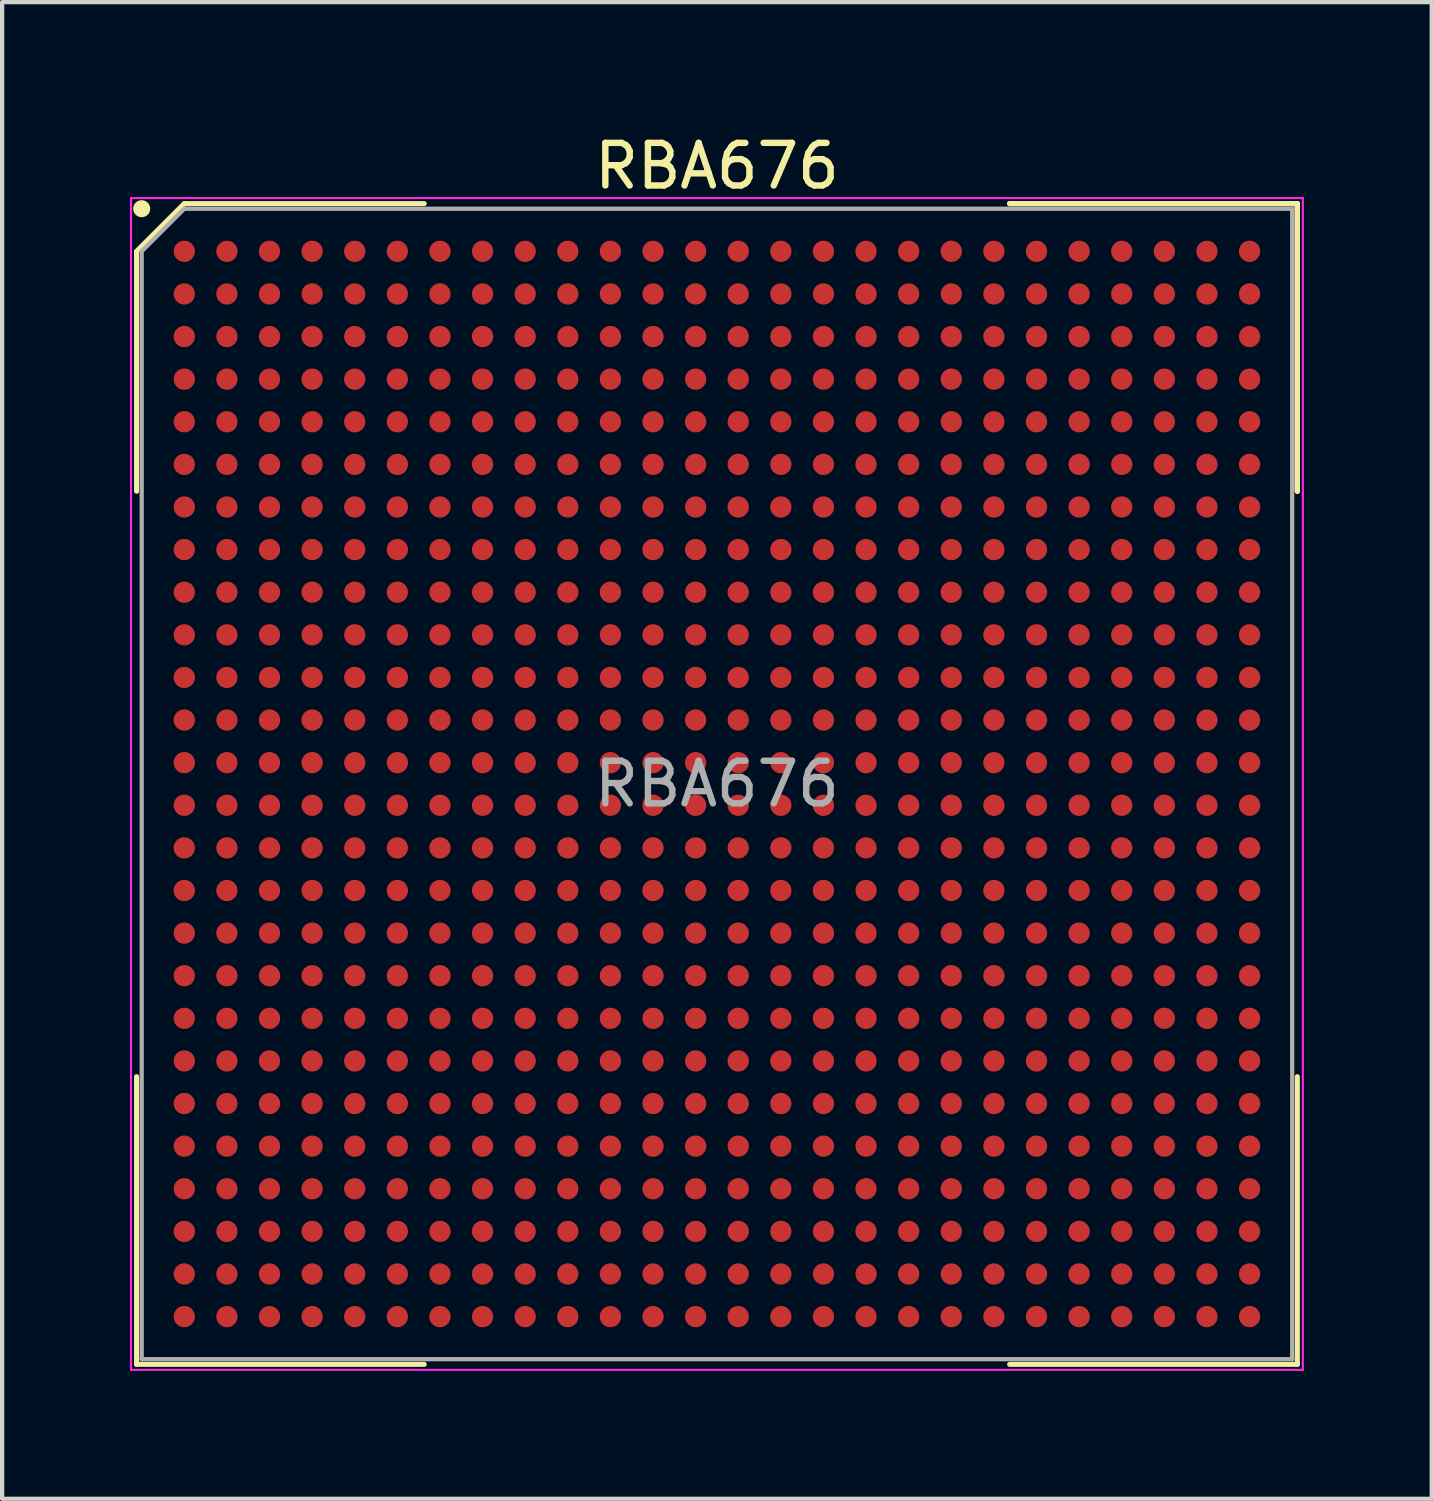
<source format=kicad_pcb>
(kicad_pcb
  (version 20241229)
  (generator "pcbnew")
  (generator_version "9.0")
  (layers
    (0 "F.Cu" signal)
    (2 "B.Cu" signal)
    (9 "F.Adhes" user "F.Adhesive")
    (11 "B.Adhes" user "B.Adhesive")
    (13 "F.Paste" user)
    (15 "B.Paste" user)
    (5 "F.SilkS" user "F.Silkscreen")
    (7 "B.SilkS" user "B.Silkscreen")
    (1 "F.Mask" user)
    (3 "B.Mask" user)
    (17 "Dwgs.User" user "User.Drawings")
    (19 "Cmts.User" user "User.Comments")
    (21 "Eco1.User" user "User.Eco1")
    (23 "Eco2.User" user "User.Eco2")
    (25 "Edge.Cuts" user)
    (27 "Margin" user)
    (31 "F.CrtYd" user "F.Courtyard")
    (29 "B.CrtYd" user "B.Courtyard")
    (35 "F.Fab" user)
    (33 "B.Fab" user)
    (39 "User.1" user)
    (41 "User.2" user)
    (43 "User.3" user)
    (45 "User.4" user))
  (footprint "RBA676"
    (layer "F.Cu")
    (at 13.775 15.348)
    (property "Reference" "RBA676" (at 0 -14.5 0) (layer "F.SilkS") (effects (font (size 1 1) (thickness 0.15))))
    (attr smd)
    (fp_line (start -13.62 -12.5) (end -13.62 -6.87) (stroke (width 0.12) (type solid)) (layer "F.SilkS"))
    (fp_line (start -13.62 13.62) (end -13.62 6.87) (stroke (width 0.12) (type solid)) (layer "F.SilkS"))
    (fp_line (start -12.5 -13.62) (end -13.62 -12.5) (stroke (width 0.12) (type solid)) (layer "F.SilkS"))
    (fp_line (start -6.87 -13.62) (end -12.5 -13.62) (stroke (width 0.12) (type solid)) (layer "F.SilkS"))
    (fp_line (start -6.87 13.62) (end -13.62 13.62) (stroke (width 0.12) (type solid)) (layer "F.SilkS"))
    (fp_line (start 6.87 -13.62) (end 13.62 -13.62) (stroke (width 0.12) (type solid)) (layer "F.SilkS"))
    (fp_line (start 6.87 -13.62) (end 13.62 -13.62) (stroke (width 0.12) (type solid)) (layer "F.SilkS"))
    (fp_line (start 6.87 -13.62) (end 13.62 -13.62) (stroke (width 0.12) (type solid)) (layer "F.SilkS"))
    (fp_line (start 6.87 13.62) (end 13.62 13.62) (stroke (width 0.12) (type solid)) (layer "F.SilkS"))
    (fp_line (start 13.62 -13.62) (end 13.62 -6.87) (stroke (width 0.12) (type solid)) (layer "F.SilkS"))
    (fp_line (start 13.62 -13.62) (end 13.62 -6.87) (stroke (width 0.12) (type solid)) (layer "F.SilkS"))
    (fp_line (start 13.62 -13.62) (end 13.62 -6.87) (stroke (width 0.12) (type solid)) (layer "F.SilkS"))
    (fp_line (start 13.62 13.62) (end 13.62 6.87) (stroke (width 0.12) (type solid)) (layer "F.SilkS"))
    (fp_circle (center -13.5 -13.5) (end -13.5 -13.4) (stroke (width 0.2) (type solid)) (fill no) (layer "F.SilkS"))
    (fp_line (start -13.75 -13.75) (end 13.75 -13.75) (stroke (width 0.05) (type solid)) (layer "F.CrtYd"))
    (fp_line (start -13.75 13.75) (end -13.75 -13.75) (stroke (width 0.05) (type solid)) (layer "F.CrtYd"))
    (fp_line (start 13.75 -13.75) (end 13.75 13.75) (stroke (width 0.05) (type solid)) (layer "F.CrtYd"))
    (fp_line (start 13.75 13.75) (end -13.75 13.75) (stroke (width 0.05) (type solid)) (layer "F.CrtYd"))
    (fp_line (start -13.5 -12.5) (end -13.5 13.5) (stroke (width 0.1) (type solid)) (layer "F.Fab"))
    (fp_line (start -13.5 13.5) (end 13.5 13.5) (stroke (width 0.1) (type solid)) (layer "F.Fab"))
    (fp_line (start -12.5 -13.5) (end -13.5 -12.5) (stroke (width 0.1) (type solid)) (layer "F.Fab"))
    (fp_line (start 13.5 -13.5) (end -12.5 -13.5) (stroke (width 0.1) (type solid)) (layer "F.Fab"))
    (fp_line (start 13.5 13.5) (end 13.5 -13.5) (stroke (width 0.1) (type solid)) (layer "F.Fab"))
    (fp_text user "${REFERENCE}" (at 0 0 0) (layer "F.Fab") (effects (font (size 1 1) (thickness 0.15))))
    (pad "A1" smd circle (at -12.5 -12.5) (size 0.5 0.5) (layers "F.Cu" "F.Mask" "F.Paste"))
    (pad "A2" smd circle (at -11.5 -12.5) (size 0.5 0.5) (layers "F.Cu" "F.Mask" "F.Paste"))
    (pad "A3" smd circle (at -10.5 -12.5) (size 0.5 0.5) (layers "F.Cu" "F.Mask" "F.Paste"))
    (pad "A4" smd circle (at -9.5 -12.5) (size 0.5 0.5) (layers "F.Cu" "F.Mask" "F.Paste"))
    (pad "A5" smd circle (at -8.5 -12.5) (size 0.5 0.5) (layers "F.Cu" "F.Mask" "F.Paste"))
    (pad "A6" smd circle (at -7.5 -12.5) (size 0.5 0.5) (layers "F.Cu" "F.Mask" "F.Paste"))
    (pad "A7" smd circle (at -6.5 -12.5) (size 0.5 0.5) (layers "F.Cu" "F.Mask" "F.Paste"))
    (pad "A8" smd circle (at -5.5 -12.5) (size 0.5 0.5) (layers "F.Cu" "F.Mask" "F.Paste"))
    (pad "A9" smd circle (at -4.5 -12.5) (size 0.5 0.5) (layers "F.Cu" "F.Mask" "F.Paste"))
    (pad "A10" smd circle (at -3.5 -12.5) (size 0.5 0.5) (layers "F.Cu" "F.Mask" "F.Paste"))
    (pad "A11" smd circle (at -2.5 -12.5) (size 0.5 0.5) (layers "F.Cu" "F.Mask" "F.Paste"))
    (pad "A12" smd circle (at -1.5 -12.5) (size 0.5 0.5) (layers "F.Cu" "F.Mask" "F.Paste"))
    (pad "A13" smd circle (at -0.5 -12.5) (size 0.5 0.5) (layers "F.Cu" "F.Mask" "F.Paste"))
    (pad "A14" smd circle (at 0.5 -12.5) (size 0.5 0.5) (layers "F.Cu" "F.Mask" "F.Paste"))
    (pad "A15" smd circle (at 1.5 -12.5) (size 0.5 0.5) (layers "F.Cu" "F.Mask" "F.Paste"))
    (pad "A16" smd circle (at 2.5 -12.5) (size 0.5 0.5) (layers "F.Cu" "F.Mask" "F.Paste"))
    (pad "A17" smd circle (at 3.5 -12.5) (size 0.5 0.5) (layers "F.Cu" "F.Mask" "F.Paste"))
    (pad "A18" smd circle (at 4.5 -12.5) (size 0.5 0.5) (layers "F.Cu" "F.Mask" "F.Paste"))
    (pad "A19" smd circle (at 5.5 -12.5) (size 0.5 0.5) (layers "F.Cu" "F.Mask" "F.Paste"))
    (pad "A20" smd circle (at 6.5 -12.5) (size 0.5 0.5) (layers "F.Cu" "F.Mask" "F.Paste"))
    (pad "A21" smd circle (at 7.5 -12.5) (size 0.5 0.5) (layers "F.Cu" "F.Mask" "F.Paste"))
    (pad "A22" smd circle (at 8.5 -12.5) (size 0.5 0.5) (layers "F.Cu" "F.Mask" "F.Paste"))
    (pad "A23" smd circle (at 9.5 -12.5) (size 0.5 0.5) (layers "F.Cu" "F.Mask" "F.Paste"))
    (pad "A24" smd circle (at 10.5 -12.5) (size 0.5 0.5) (layers "F.Cu" "F.Mask" "F.Paste"))
    (pad "A25" smd circle (at 11.5 -12.5) (size 0.5 0.5) (layers "F.Cu" "F.Mask" "F.Paste"))
    (pad "A26" smd circle (at 12.5 -12.5) (size 0.5 0.5) (layers "F.Cu" "F.Mask" "F.Paste"))
    (pad "AA1" smd circle (at -12.5 7.5) (size 0.5 0.5) (layers "F.Cu" "F.Mask" "F.Paste"))
    (pad "AA2" smd circle (at -11.5 7.5) (size 0.5 0.5) (layers "F.Cu" "F.Mask" "F.Paste"))
    (pad "AA3" smd circle (at -10.5 7.5) (size 0.5 0.5) (layers "F.Cu" "F.Mask" "F.Paste"))
    (pad "AA4" smd circle (at -9.5 7.5) (size 0.5 0.5) (layers "F.Cu" "F.Mask" "F.Paste"))
    (pad "AA5" smd circle (at -8.5 7.5) (size 0.5 0.5) (layers "F.Cu" "F.Mask" "F.Paste"))
    (pad "AA6" smd circle (at -7.5 7.5) (size 0.5 0.5) (layers "F.Cu" "F.Mask" "F.Paste"))
    (pad "AA7" smd circle (at -6.5 7.5) (size 0.5 0.5) (layers "F.Cu" "F.Mask" "F.Paste"))
    (pad "AA8" smd circle (at -5.5 7.5) (size 0.5 0.5) (layers "F.Cu" "F.Mask" "F.Paste"))
    (pad "AA9" smd circle (at -4.5 7.5) (size 0.5 0.5) (layers "F.Cu" "F.Mask" "F.Paste"))
    (pad "AA10" smd circle (at -3.5 7.5) (size 0.5 0.5) (layers "F.Cu" "F.Mask" "F.Paste"))
    (pad "AA11" smd circle (at -2.5 7.5) (size 0.5 0.5) (layers "F.Cu" "F.Mask" "F.Paste"))
    (pad "AA12" smd circle (at -1.5 7.5) (size 0.5 0.5) (layers "F.Cu" "F.Mask" "F.Paste"))
    (pad "AA13" smd circle (at -0.5 7.5) (size 0.5 0.5) (layers "F.Cu" "F.Mask" "F.Paste"))
    (pad "AA14" smd circle (at 0.5 7.5) (size 0.5 0.5) (layers "F.Cu" "F.Mask" "F.Paste"))
    (pad "AA15" smd circle (at 1.5 7.5) (size 0.5 0.5) (layers "F.Cu" "F.Mask" "F.Paste"))
    (pad "AA16" smd circle (at 2.5 7.5) (size 0.5 0.5) (layers "F.Cu" "F.Mask" "F.Paste"))
    (pad "AA17" smd circle (at 3.5 7.5) (size 0.5 0.5) (layers "F.Cu" "F.Mask" "F.Paste"))
    (pad "AA18" smd circle (at 4.5 7.5) (size 0.5 0.5) (layers "F.Cu" "F.Mask" "F.Paste"))
    (pad "AA19" smd circle (at 5.5 7.5) (size 0.5 0.5) (layers "F.Cu" "F.Mask" "F.Paste"))
    (pad "AA20" smd circle (at 6.5 7.5) (size 0.5 0.5) (layers "F.Cu" "F.Mask" "F.Paste"))
    (pad "AA21" smd circle (at 7.5 7.5) (size 0.5 0.5) (layers "F.Cu" "F.Mask" "F.Paste"))
    (pad "AA22" smd circle (at 8.5 7.5) (size 0.5 0.5) (layers "F.Cu" "F.Mask" "F.Paste"))
    (pad "AA23" smd circle (at 9.5 7.5) (size 0.5 0.5) (layers "F.Cu" "F.Mask" "F.Paste"))
    (pad "AA24" smd circle (at 10.5 7.5) (size 0.5 0.5) (layers "F.Cu" "F.Mask" "F.Paste"))
    (pad "AA25" smd circle (at 11.5 7.5) (size 0.5 0.5) (layers "F.Cu" "F.Mask" "F.Paste"))
    (pad "AA26" smd circle (at 12.5 7.5) (size 0.5 0.5) (layers "F.Cu" "F.Mask" "F.Paste"))
    (pad "AB1" smd circle (at -12.5 8.5) (size 0.5 0.5) (layers "F.Cu" "F.Mask" "F.Paste"))
    (pad "AB2" smd circle (at -11.5 8.5) (size 0.5 0.5) (layers "F.Cu" "F.Mask" "F.Paste"))
    (pad "AB3" smd circle (at -10.5 8.5) (size 0.5 0.5) (layers "F.Cu" "F.Mask" "F.Paste"))
    (pad "AB4" smd circle (at -9.5 8.5) (size 0.5 0.5) (layers "F.Cu" "F.Mask" "F.Paste"))
    (pad "AB5" smd circle (at -8.5 8.5) (size 0.5 0.5) (layers "F.Cu" "F.Mask" "F.Paste"))
    (pad "AB6" smd circle (at -7.5 8.5) (size 0.5 0.5) (layers "F.Cu" "F.Mask" "F.Paste"))
    (pad "AB7" smd circle (at -6.5 8.5) (size 0.5 0.5) (layers "F.Cu" "F.Mask" "F.Paste"))
    (pad "AB8" smd circle (at -5.5 8.5) (size 0.5 0.5) (layers "F.Cu" "F.Mask" "F.Paste"))
    (pad "AB9" smd circle (at -4.5 8.5) (size 0.5 0.5) (layers "F.Cu" "F.Mask" "F.Paste"))
    (pad "AB10" smd circle (at -3.5 8.5) (size 0.5 0.5) (layers "F.Cu" "F.Mask" "F.Paste"))
    (pad "AB11" smd circle (at -2.5 8.5) (size 0.5 0.5) (layers "F.Cu" "F.Mask" "F.Paste"))
    (pad "AB12" smd circle (at -1.5 8.5) (size 0.5 0.5) (layers "F.Cu" "F.Mask" "F.Paste"))
    (pad "AB13" smd circle (at -0.5 8.5) (size 0.5 0.5) (layers "F.Cu" "F.Mask" "F.Paste"))
    (pad "AB14" smd circle (at 0.5 8.5) (size 0.5 0.5) (layers "F.Cu" "F.Mask" "F.Paste"))
    (pad "AB15" smd circle (at 1.5 8.5) (size 0.5 0.5) (layers "F.Cu" "F.Mask" "F.Paste"))
    (pad "AB16" smd circle (at 2.5 8.5) (size 0.5 0.5) (layers "F.Cu" "F.Mask" "F.Paste"))
    (pad "AB17" smd circle (at 3.5 8.5) (size 0.5 0.5) (layers "F.Cu" "F.Mask" "F.Paste"))
    (pad "AB18" smd circle (at 4.5 8.5) (size 0.5 0.5) (layers "F.Cu" "F.Mask" "F.Paste"))
    (pad "AB19" smd circle (at 5.5 8.5) (size 0.5 0.5) (layers "F.Cu" "F.Mask" "F.Paste"))
    (pad "AB20" smd circle (at 6.5 8.5) (size 0.5 0.5) (layers "F.Cu" "F.Mask" "F.Paste"))
    (pad "AB21" smd circle (at 7.5 8.5) (size 0.5 0.5) (layers "F.Cu" "F.Mask" "F.Paste"))
    (pad "AB22" smd circle (at 8.5 8.5) (size 0.5 0.5) (layers "F.Cu" "F.Mask" "F.Paste"))
    (pad "AB23" smd circle (at 9.5 8.5) (size 0.5 0.5) (layers "F.Cu" "F.Mask" "F.Paste"))
    (pad "AB24" smd circle (at 10.5 8.5) (size 0.5 0.5) (layers "F.Cu" "F.Mask" "F.Paste"))
    (pad "AB25" smd circle (at 11.5 8.5) (size 0.5 0.5) (layers "F.Cu" "F.Mask" "F.Paste"))
    (pad "AB26" smd circle (at 12.5 8.5) (size 0.5 0.5) (layers "F.Cu" "F.Mask" "F.Paste"))
    (pad "AC1" smd circle (at -12.5 9.5) (size 0.5 0.5) (layers "F.Cu" "F.Mask" "F.Paste"))
    (pad "AC2" smd circle (at -11.5 9.5) (size 0.5 0.5) (layers "F.Cu" "F.Mask" "F.Paste"))
    (pad "AC3" smd circle (at -10.5 9.5) (size 0.5 0.5) (layers "F.Cu" "F.Mask" "F.Paste"))
    (pad "AC4" smd circle (at -9.5 9.5) (size 0.5 0.5) (layers "F.Cu" "F.Mask" "F.Paste"))
    (pad "AC5" smd circle (at -8.5 9.5) (size 0.5 0.5) (layers "F.Cu" "F.Mask" "F.Paste"))
    (pad "AC6" smd circle (at -7.5 9.5) (size 0.5 0.5) (layers "F.Cu" "F.Mask" "F.Paste"))
    (pad "AC7" smd circle (at -6.5 9.5) (size 0.5 0.5) (layers "F.Cu" "F.Mask" "F.Paste"))
    (pad "AC8" smd circle (at -5.5 9.5) (size 0.5 0.5) (layers "F.Cu" "F.Mask" "F.Paste"))
    (pad "AC9" smd circle (at -4.5 9.5) (size 0.5 0.5) (layers "F.Cu" "F.Mask" "F.Paste"))
    (pad "AC10" smd circle (at -3.5 9.5) (size 0.5 0.5) (layers "F.Cu" "F.Mask" "F.Paste"))
    (pad "AC11" smd circle (at -2.5 9.5) (size 0.5 0.5) (layers "F.Cu" "F.Mask" "F.Paste"))
    (pad "AC12" smd circle (at -1.5 9.5) (size 0.5 0.5) (layers "F.Cu" "F.Mask" "F.Paste"))
    (pad "AC13" smd circle (at -0.5 9.5) (size 0.5 0.5) (layers "F.Cu" "F.Mask" "F.Paste"))
    (pad "AC14" smd circle (at 0.5 9.5) (size 0.5 0.5) (layers "F.Cu" "F.Mask" "F.Paste"))
    (pad "AC15" smd circle (at 1.5 9.5) (size 0.5 0.5) (layers "F.Cu" "F.Mask" "F.Paste"))
    (pad "AC16" smd circle (at 2.5 9.5) (size 0.5 0.5) (layers "F.Cu" "F.Mask" "F.Paste"))
    (pad "AC17" smd circle (at 3.5 9.5) (size 0.5 0.5) (layers "F.Cu" "F.Mask" "F.Paste"))
    (pad "AC18" smd circle (at 4.5 9.5) (size 0.5 0.5) (layers "F.Cu" "F.Mask" "F.Paste"))
    (pad "AC19" smd circle (at 5.5 9.5) (size 0.5 0.5) (layers "F.Cu" "F.Mask" "F.Paste"))
    (pad "AC20" smd circle (at 6.5 9.5) (size 0.5 0.5) (layers "F.Cu" "F.Mask" "F.Paste"))
    (pad "AC21" smd circle (at 7.5 9.5) (size 0.5 0.5) (layers "F.Cu" "F.Mask" "F.Paste"))
    (pad "AC22" smd circle (at 8.5 9.5) (size 0.5 0.5) (layers "F.Cu" "F.Mask" "F.Paste"))
    (pad "AC23" smd circle (at 9.5 9.5) (size 0.5 0.5) (layers "F.Cu" "F.Mask" "F.Paste"))
    (pad "AC24" smd circle (at 10.5 9.5) (size 0.5 0.5) (layers "F.Cu" "F.Mask" "F.Paste"))
    (pad "AC25" smd circle (at 11.5 9.5) (size 0.5 0.5) (layers "F.Cu" "F.Mask" "F.Paste"))
    (pad "AC26" smd circle (at 12.5 9.5) (size 0.5 0.5) (layers "F.Cu" "F.Mask" "F.Paste"))
    (pad "AD1" smd circle (at -12.5 10.5) (size 0.5 0.5) (layers "F.Cu" "F.Mask" "F.Paste"))
    (pad "AD2" smd circle (at -11.5 10.5) (size 0.5 0.5) (layers "F.Cu" "F.Mask" "F.Paste"))
    (pad "AD3" smd circle (at -10.5 10.5) (size 0.5 0.5) (layers "F.Cu" "F.Mask" "F.Paste"))
    (pad "AD4" smd circle (at -9.5 10.5) (size 0.5 0.5) (layers "F.Cu" "F.Mask" "F.Paste"))
    (pad "AD5" smd circle (at -8.5 10.5) (size 0.5 0.5) (layers "F.Cu" "F.Mask" "F.Paste"))
    (pad "AD6" smd circle (at -7.5 10.5) (size 0.5 0.5) (layers "F.Cu" "F.Mask" "F.Paste"))
    (pad "AD7" smd circle (at -6.5 10.5) (size 0.5 0.5) (layers "F.Cu" "F.Mask" "F.Paste"))
    (pad "AD8" smd circle (at -5.5 10.5) (size 0.5 0.5) (layers "F.Cu" "F.Mask" "F.Paste"))
    (pad "AD9" smd circle (at -4.5 10.5) (size 0.5 0.5) (layers "F.Cu" "F.Mask" "F.Paste"))
    (pad "AD10" smd circle (at -3.5 10.5) (size 0.5 0.5) (layers "F.Cu" "F.Mask" "F.Paste"))
    (pad "AD11" smd circle (at -2.5 10.5) (size 0.5 0.5) (layers "F.Cu" "F.Mask" "F.Paste"))
    (pad "AD12" smd circle (at -1.5 10.5) (size 0.5 0.5) (layers "F.Cu" "F.Mask" "F.Paste"))
    (pad "AD13" smd circle (at -0.5 10.5) (size 0.5 0.5) (layers "F.Cu" "F.Mask" "F.Paste"))
    (pad "AD14" smd circle (at 0.5 10.5) (size 0.5 0.5) (layers "F.Cu" "F.Mask" "F.Paste"))
    (pad "AD15" smd circle (at 1.5 10.5) (size 0.5 0.5) (layers "F.Cu" "F.Mask" "F.Paste"))
    (pad "AD16" smd circle (at 2.5 10.5) (size 0.5 0.5) (layers "F.Cu" "F.Mask" "F.Paste"))
    (pad "AD17" smd circle (at 3.5 10.5) (size 0.5 0.5) (layers "F.Cu" "F.Mask" "F.Paste"))
    (pad "AD18" smd circle (at 4.5 10.5) (size 0.5 0.5) (layers "F.Cu" "F.Mask" "F.Paste"))
    (pad "AD19" smd circle (at 5.5 10.5) (size 0.5 0.5) (layers "F.Cu" "F.Mask" "F.Paste"))
    (pad "AD20" smd circle (at 6.5 10.5) (size 0.5 0.5) (layers "F.Cu" "F.Mask" "F.Paste"))
    (pad "AD21" smd circle (at 7.5 10.5) (size 0.5 0.5) (layers "F.Cu" "F.Mask" "F.Paste"))
    (pad "AD22" smd circle (at 8.5 10.5) (size 0.5 0.5) (layers "F.Cu" "F.Mask" "F.Paste"))
    (pad "AD23" smd circle (at 9.5 10.5) (size 0.5 0.5) (layers "F.Cu" "F.Mask" "F.Paste"))
    (pad "AD24" smd circle (at 10.5 10.5) (size 0.5 0.5) (layers "F.Cu" "F.Mask" "F.Paste"))
    (pad "AD25" smd circle (at 11.5 10.5) (size 0.5 0.5) (layers "F.Cu" "F.Mask" "F.Paste"))
    (pad "AD26" smd circle (at 12.5 10.5) (size 0.5 0.5) (layers "F.Cu" "F.Mask" "F.Paste"))
    (pad "AE1" smd circle (at -12.5 11.5) (size 0.5 0.5) (layers "F.Cu" "F.Mask" "F.Paste"))
    (pad "AE2" smd circle (at -11.5 11.5) (size 0.5 0.5) (layers "F.Cu" "F.Mask" "F.Paste"))
    (pad "AE3" smd circle (at -10.5 11.5) (size 0.5 0.5) (layers "F.Cu" "F.Mask" "F.Paste"))
    (pad "AE4" smd circle (at -9.5 11.5) (size 0.5 0.5) (layers "F.Cu" "F.Mask" "F.Paste"))
    (pad "AE5" smd circle (at -8.5 11.5) (size 0.5 0.5) (layers "F.Cu" "F.Mask" "F.Paste"))
    (pad "AE6" smd circle (at -7.5 11.5) (size 0.5 0.5) (layers "F.Cu" "F.Mask" "F.Paste"))
    (pad "AE7" smd circle (at -6.5 11.5) (size 0.5 0.5) (layers "F.Cu" "F.Mask" "F.Paste"))
    (pad "AE8" smd circle (at -5.5 11.5) (size 0.5 0.5) (layers "F.Cu" "F.Mask" "F.Paste"))
    (pad "AE9" smd circle (at -4.5 11.5) (size 0.5 0.5) (layers "F.Cu" "F.Mask" "F.Paste"))
    (pad "AE10" smd circle (at -3.5 11.5) (size 0.5 0.5) (layers "F.Cu" "F.Mask" "F.Paste"))
    (pad "AE11" smd circle (at -2.5 11.5) (size 0.5 0.5) (layers "F.Cu" "F.Mask" "F.Paste"))
    (pad "AE12" smd circle (at -1.5 11.5) (size 0.5 0.5) (layers "F.Cu" "F.Mask" "F.Paste"))
    (pad "AE13" smd circle (at -0.5 11.5) (size 0.5 0.5) (layers "F.Cu" "F.Mask" "F.Paste"))
    (pad "AE14" smd circle (at 0.5 11.5) (size 0.5 0.5) (layers "F.Cu" "F.Mask" "F.Paste"))
    (pad "AE15" smd circle (at 1.5 11.5) (size 0.5 0.5) (layers "F.Cu" "F.Mask" "F.Paste"))
    (pad "AE16" smd circle (at 2.5 11.5) (size 0.5 0.5) (layers "F.Cu" "F.Mask" "F.Paste"))
    (pad "AE17" smd circle (at 3.5 11.5) (size 0.5 0.5) (layers "F.Cu" "F.Mask" "F.Paste"))
    (pad "AE18" smd circle (at 4.5 11.5) (size 0.5 0.5) (layers "F.Cu" "F.Mask" "F.Paste"))
    (pad "AE19" smd circle (at 5.5 11.5) (size 0.5 0.5) (layers "F.Cu" "F.Mask" "F.Paste"))
    (pad "AE20" smd circle (at 6.5 11.5) (size 0.5 0.5) (layers "F.Cu" "F.Mask" "F.Paste"))
    (pad "AE21" smd circle (at 7.5 11.5) (size 0.5 0.5) (layers "F.Cu" "F.Mask" "F.Paste"))
    (pad "AE22" smd circle (at 8.5 11.5) (size 0.5 0.5) (layers "F.Cu" "F.Mask" "F.Paste"))
    (pad "AE23" smd circle (at 9.5 11.5) (size 0.5 0.5) (layers "F.Cu" "F.Mask" "F.Paste"))
    (pad "AE24" smd circle (at 10.5 11.5) (size 0.5 0.5) (layers "F.Cu" "F.Mask" "F.Paste"))
    (pad "AE25" smd circle (at 11.5 11.5) (size 0.5 0.5) (layers "F.Cu" "F.Mask" "F.Paste"))
    (pad "AE26" smd circle (at 12.5 11.5) (size 0.5 0.5) (layers "F.Cu" "F.Mask" "F.Paste"))
    (pad "AF1" smd circle (at -12.5 12.5) (size 0.5 0.5) (layers "F.Cu" "F.Mask" "F.Paste"))
    (pad "AF2" smd circle (at -11.5 12.5) (size 0.5 0.5) (layers "F.Cu" "F.Mask" "F.Paste"))
    (pad "AF3" smd circle (at -10.5 12.5) (size 0.5 0.5) (layers "F.Cu" "F.Mask" "F.Paste"))
    (pad "AF4" smd circle (at -9.5 12.5) (size 0.5 0.5) (layers "F.Cu" "F.Mask" "F.Paste"))
    (pad "AF5" smd circle (at -8.5 12.5) (size 0.5 0.5) (layers "F.Cu" "F.Mask" "F.Paste"))
    (pad "AF6" smd circle (at -7.5 12.5) (size 0.5 0.5) (layers "F.Cu" "F.Mask" "F.Paste"))
    (pad "AF7" smd circle (at -6.5 12.5) (size 0.5 0.5) (layers "F.Cu" "F.Mask" "F.Paste"))
    (pad "AF8" smd circle (at -5.5 12.5) (size 0.5 0.5) (layers "F.Cu" "F.Mask" "F.Paste"))
    (pad "AF9" smd circle (at -4.5 12.5) (size 0.5 0.5) (layers "F.Cu" "F.Mask" "F.Paste"))
    (pad "AF10" smd circle (at -3.5 12.5) (size 0.5 0.5) (layers "F.Cu" "F.Mask" "F.Paste"))
    (pad "AF11" smd circle (at -2.5 12.5) (size 0.5 0.5) (layers "F.Cu" "F.Mask" "F.Paste"))
    (pad "AF12" smd circle (at -1.5 12.5) (size 0.5 0.5) (layers "F.Cu" "F.Mask" "F.Paste"))
    (pad "AF13" smd circle (at -0.5 12.5) (size 0.5 0.5) (layers "F.Cu" "F.Mask" "F.Paste"))
    (pad "AF14" smd circle (at 0.5 12.5) (size 0.5 0.5) (layers "F.Cu" "F.Mask" "F.Paste"))
    (pad "AF15" smd circle (at 1.5 12.5) (size 0.5 0.5) (layers "F.Cu" "F.Mask" "F.Paste"))
    (pad "AF16" smd circle (at 2.5 12.5) (size 0.5 0.5) (layers "F.Cu" "F.Mask" "F.Paste"))
    (pad "AF17" smd circle (at 3.5 12.5) (size 0.5 0.5) (layers "F.Cu" "F.Mask" "F.Paste"))
    (pad "AF18" smd circle (at 4.5 12.5) (size 0.5 0.5) (layers "F.Cu" "F.Mask" "F.Paste"))
    (pad "AF19" smd circle (at 5.5 12.5) (size 0.5 0.5) (layers "F.Cu" "F.Mask" "F.Paste"))
    (pad "AF20" smd circle (at 6.5 12.5) (size 0.5 0.5) (layers "F.Cu" "F.Mask" "F.Paste"))
    (pad "AF21" smd circle (at 7.5 12.5) (size 0.5 0.5) (layers "F.Cu" "F.Mask" "F.Paste"))
    (pad "AF22" smd circle (at 8.5 12.5) (size 0.5 0.5) (layers "F.Cu" "F.Mask" "F.Paste"))
    (pad "AF23" smd circle (at 9.5 12.5) (size 0.5 0.5) (layers "F.Cu" "F.Mask" "F.Paste"))
    (pad "AF24" smd circle (at 10.5 12.5) (size 0.5 0.5) (layers "F.Cu" "F.Mask" "F.Paste"))
    (pad "AF25" smd circle (at 11.5 12.5) (size 0.5 0.5) (layers "F.Cu" "F.Mask" "F.Paste"))
    (pad "AF26" smd circle (at 12.5 12.5) (size 0.5 0.5) (layers "F.Cu" "F.Mask" "F.Paste"))
    (pad "B1" smd circle (at -12.5 -11.5) (size 0.5 0.5) (layers "F.Cu" "F.Mask" "F.Paste"))
    (pad "B2" smd circle (at -11.5 -11.5) (size 0.5 0.5) (layers "F.Cu" "F.Mask" "F.Paste"))
    (pad "B3" smd circle (at -10.5 -11.5) (size 0.5 0.5) (layers "F.Cu" "F.Mask" "F.Paste"))
    (pad "B4" smd circle (at -9.5 -11.5) (size 0.5 0.5) (layers "F.Cu" "F.Mask" "F.Paste"))
    (pad "B5" smd circle (at -8.5 -11.5) (size 0.5 0.5) (layers "F.Cu" "F.Mask" "F.Paste"))
    (pad "B6" smd circle (at -7.5 -11.5) (size 0.5 0.5) (layers "F.Cu" "F.Mask" "F.Paste"))
    (pad "B7" smd circle (at -6.5 -11.5) (size 0.5 0.5) (layers "F.Cu" "F.Mask" "F.Paste"))
    (pad "B8" smd circle (at -5.5 -11.5) (size 0.5 0.5) (layers "F.Cu" "F.Mask" "F.Paste"))
    (pad "B9" smd circle (at -4.5 -11.5) (size 0.5 0.5) (layers "F.Cu" "F.Mask" "F.Paste"))
    (pad "B10" smd circle (at -3.5 -11.5) (size 0.5 0.5) (layers "F.Cu" "F.Mask" "F.Paste"))
    (pad "B11" smd circle (at -2.5 -11.5) (size 0.5 0.5) (layers "F.Cu" "F.Mask" "F.Paste"))
    (pad "B12" smd circle (at -1.5 -11.5) (size 0.5 0.5) (layers "F.Cu" "F.Mask" "F.Paste"))
    (pad "B13" smd circle (at -0.5 -11.5) (size 0.5 0.5) (layers "F.Cu" "F.Mask" "F.Paste"))
    (pad "B14" smd circle (at 0.5 -11.5) (size 0.5 0.5) (layers "F.Cu" "F.Mask" "F.Paste"))
    (pad "B15" smd circle (at 1.5 -11.5) (size 0.5 0.5) (layers "F.Cu" "F.Mask" "F.Paste"))
    (pad "B16" smd circle (at 2.5 -11.5) (size 0.5 0.5) (layers "F.Cu" "F.Mask" "F.Paste"))
    (pad "B17" smd circle (at 3.5 -11.5) (size 0.5 0.5) (layers "F.Cu" "F.Mask" "F.Paste"))
    (pad "B18" smd circle (at 4.5 -11.5) (size 0.5 0.5) (layers "F.Cu" "F.Mask" "F.Paste"))
    (pad "B19" smd circle (at 5.5 -11.5) (size 0.5 0.5) (layers "F.Cu" "F.Mask" "F.Paste"))
    (pad "B20" smd circle (at 6.5 -11.5) (size 0.5 0.5) (layers "F.Cu" "F.Mask" "F.Paste"))
    (pad "B21" smd circle (at 7.5 -11.5) (size 0.5 0.5) (layers "F.Cu" "F.Mask" "F.Paste"))
    (pad "B22" smd circle (at 8.5 -11.5) (size 0.5 0.5) (layers "F.Cu" "F.Mask" "F.Paste"))
    (pad "B23" smd circle (at 9.5 -11.5) (size 0.5 0.5) (layers "F.Cu" "F.Mask" "F.Paste"))
    (pad "B24" smd circle (at 10.5 -11.5) (size 0.5 0.5) (layers "F.Cu" "F.Mask" "F.Paste"))
    (pad "B25" smd circle (at 11.5 -11.5) (size 0.5 0.5) (layers "F.Cu" "F.Mask" "F.Paste"))
    (pad "B26" smd circle (at 12.5 -11.5) (size 0.5 0.5) (layers "F.Cu" "F.Mask" "F.Paste"))
    (pad "C1" smd circle (at -12.5 -10.5) (size 0.5 0.5) (layers "F.Cu" "F.Mask" "F.Paste"))
    (pad "C2" smd circle (at -11.5 -10.5) (size 0.5 0.5) (layers "F.Cu" "F.Mask" "F.Paste"))
    (pad "C3" smd circle (at -10.5 -10.5) (size 0.5 0.5) (layers "F.Cu" "F.Mask" "F.Paste"))
    (pad "C4" smd circle (at -9.5 -10.5) (size 0.5 0.5) (layers "F.Cu" "F.Mask" "F.Paste"))
    (pad "C5" smd circle (at -8.5 -10.5) (size 0.5 0.5) (layers "F.Cu" "F.Mask" "F.Paste"))
    (pad "C6" smd circle (at -7.5 -10.5) (size 0.5 0.5) (layers "F.Cu" "F.Mask" "F.Paste"))
    (pad "C7" smd circle (at -6.5 -10.5) (size 0.5 0.5) (layers "F.Cu" "F.Mask" "F.Paste"))
    (pad "C8" smd circle (at -5.5 -10.5) (size 0.5 0.5) (layers "F.Cu" "F.Mask" "F.Paste"))
    (pad "C9" smd circle (at -4.5 -10.5) (size 0.5 0.5) (layers "F.Cu" "F.Mask" "F.Paste"))
    (pad "C10" smd circle (at -3.5 -10.5) (size 0.5 0.5) (layers "F.Cu" "F.Mask" "F.Paste"))
    (pad "C11" smd circle (at -2.5 -10.5) (size 0.5 0.5) (layers "F.Cu" "F.Mask" "F.Paste"))
    (pad "C12" smd circle (at -1.5 -10.5) (size 0.5 0.5) (layers "F.Cu" "F.Mask" "F.Paste"))
    (pad "C13" smd circle (at -0.5 -10.5) (size 0.5 0.5) (layers "F.Cu" "F.Mask" "F.Paste"))
    (pad "C14" smd circle (at 0.5 -10.5) (size 0.5 0.5) (layers "F.Cu" "F.Mask" "F.Paste"))
    (pad "C15" smd circle (at 1.5 -10.5) (size 0.5 0.5) (layers "F.Cu" "F.Mask" "F.Paste"))
    (pad "C16" smd circle (at 2.5 -10.5) (size 0.5 0.5) (layers "F.Cu" "F.Mask" "F.Paste"))
    (pad "C17" smd circle (at 3.5 -10.5) (size 0.5 0.5) (layers "F.Cu" "F.Mask" "F.Paste"))
    (pad "C18" smd circle (at 4.5 -10.5) (size 0.5 0.5) (layers "F.Cu" "F.Mask" "F.Paste"))
    (pad "C19" smd circle (at 5.5 -10.5) (size 0.5 0.5) (layers "F.Cu" "F.Mask" "F.Paste"))
    (pad "C20" smd circle (at 6.5 -10.5) (size 0.5 0.5) (layers "F.Cu" "F.Mask" "F.Paste"))
    (pad "C21" smd circle (at 7.5 -10.5) (size 0.5 0.5) (layers "F.Cu" "F.Mask" "F.Paste"))
    (pad "C22" smd circle (at 8.5 -10.5) (size 0.5 0.5) (layers "F.Cu" "F.Mask" "F.Paste"))
    (pad "C23" smd circle (at 9.5 -10.5) (size 0.5 0.5) (layers "F.Cu" "F.Mask" "F.Paste"))
    (pad "C24" smd circle (at 10.5 -10.5) (size 0.5 0.5) (layers "F.Cu" "F.Mask" "F.Paste"))
    (pad "C25" smd circle (at 11.5 -10.5) (size 0.5 0.5) (layers "F.Cu" "F.Mask" "F.Paste"))
    (pad "C26" smd circle (at 12.5 -10.5) (size 0.5 0.5) (layers "F.Cu" "F.Mask" "F.Paste"))
    (pad "D1" smd circle (at -12.5 -9.5) (size 0.5 0.5) (layers "F.Cu" "F.Mask" "F.Paste"))
    (pad "D2" smd circle (at -11.5 -9.5) (size 0.5 0.5) (layers "F.Cu" "F.Mask" "F.Paste"))
    (pad "D3" smd circle (at -10.5 -9.5) (size 0.5 0.5) (layers "F.Cu" "F.Mask" "F.Paste"))
    (pad "D4" smd circle (at -9.5 -9.5) (size 0.5 0.5) (layers "F.Cu" "F.Mask" "F.Paste"))
    (pad "D5" smd circle (at -8.5 -9.5) (size 0.5 0.5) (layers "F.Cu" "F.Mask" "F.Paste"))
    (pad "D6" smd circle (at -7.5 -9.5) (size 0.5 0.5) (layers "F.Cu" "F.Mask" "F.Paste"))
    (pad "D7" smd circle (at -6.5 -9.5) (size 0.5 0.5) (layers "F.Cu" "F.Mask" "F.Paste"))
    (pad "D8" smd circle (at -5.5 -9.5) (size 0.5 0.5) (layers "F.Cu" "F.Mask" "F.Paste"))
    (pad "D9" smd circle (at -4.5 -9.5) (size 0.5 0.5) (layers "F.Cu" "F.Mask" "F.Paste"))
    (pad "D10" smd circle (at -3.5 -9.5) (size 0.5 0.5) (layers "F.Cu" "F.Mask" "F.Paste"))
    (pad "D11" smd circle (at -2.5 -9.5) (size 0.5 0.5) (layers "F.Cu" "F.Mask" "F.Paste"))
    (pad "D12" smd circle (at -1.5 -9.5) (size 0.5 0.5) (layers "F.Cu" "F.Mask" "F.Paste"))
    (pad "D13" smd circle (at -0.5 -9.5) (size 0.5 0.5) (layers "F.Cu" "F.Mask" "F.Paste"))
    (pad "D14" smd circle (at 0.5 -9.5) (size 0.5 0.5) (layers "F.Cu" "F.Mask" "F.Paste"))
    (pad "D15" smd circle (at 1.5 -9.5) (size 0.5 0.5) (layers "F.Cu" "F.Mask" "F.Paste"))
    (pad "D16" smd circle (at 2.5 -9.5) (size 0.5 0.5) (layers "F.Cu" "F.Mask" "F.Paste"))
    (pad "D17" smd circle (at 3.5 -9.5) (size 0.5 0.5) (layers "F.Cu" "F.Mask" "F.Paste"))
    (pad "D18" smd circle (at 4.5 -9.5) (size 0.5 0.5) (layers "F.Cu" "F.Mask" "F.Paste"))
    (pad "D19" smd circle (at 5.5 -9.5) (size 0.5 0.5) (layers "F.Cu" "F.Mask" "F.Paste"))
    (pad "D20" smd circle (at 6.5 -9.5) (size 0.5 0.5) (layers "F.Cu" "F.Mask" "F.Paste"))
    (pad "D21" smd circle (at 7.5 -9.5) (size 0.5 0.5) (layers "F.Cu" "F.Mask" "F.Paste"))
    (pad "D22" smd circle (at 8.5 -9.5) (size 0.5 0.5) (layers "F.Cu" "F.Mask" "F.Paste"))
    (pad "D23" smd circle (at 9.5 -9.5) (size 0.5 0.5) (layers "F.Cu" "F.Mask" "F.Paste"))
    (pad "D24" smd circle (at 10.5 -9.5) (size 0.5 0.5) (layers "F.Cu" "F.Mask" "F.Paste"))
    (pad "D25" smd circle (at 11.5 -9.5) (size 0.5 0.5) (layers "F.Cu" "F.Mask" "F.Paste"))
    (pad "D26" smd circle (at 12.5 -9.5) (size 0.5 0.5) (layers "F.Cu" "F.Mask" "F.Paste"))
    (pad "E1" smd circle (at -12.5 -8.5) (size 0.5 0.5) (layers "F.Cu" "F.Mask" "F.Paste"))
    (pad "E2" smd circle (at -11.5 -8.5) (size 0.5 0.5) (layers "F.Cu" "F.Mask" "F.Paste"))
    (pad "E3" smd circle (at -10.5 -8.5) (size 0.5 0.5) (layers "F.Cu" "F.Mask" "F.Paste"))
    (pad "E4" smd circle (at -9.5 -8.5) (size 0.5 0.5) (layers "F.Cu" "F.Mask" "F.Paste"))
    (pad "E5" smd circle (at -8.5 -8.5) (size 0.5 0.5) (layers "F.Cu" "F.Mask" "F.Paste"))
    (pad "E6" smd circle (at -7.5 -8.5) (size 0.5 0.5) (layers "F.Cu" "F.Mask" "F.Paste"))
    (pad "E7" smd circle (at -6.5 -8.5) (size 0.5 0.5) (layers "F.Cu" "F.Mask" "F.Paste"))
    (pad "E8" smd circle (at -5.5 -8.5) (size 0.5 0.5) (layers "F.Cu" "F.Mask" "F.Paste"))
    (pad "E9" smd circle (at -4.5 -8.5) (size 0.5 0.5) (layers "F.Cu" "F.Mask" "F.Paste"))
    (pad "E10" smd circle (at -3.5 -8.5) (size 0.5 0.5) (layers "F.Cu" "F.Mask" "F.Paste"))
    (pad "E11" smd circle (at -2.5 -8.5) (size 0.5 0.5) (layers "F.Cu" "F.Mask" "F.Paste"))
    (pad "E12" smd circle (at -1.5 -8.5) (size 0.5 0.5) (layers "F.Cu" "F.Mask" "F.Paste"))
    (pad "E13" smd circle (at -0.5 -8.5) (size 0.5 0.5) (layers "F.Cu" "F.Mask" "F.Paste"))
    (pad "E14" smd circle (at 0.5 -8.5) (size 0.5 0.5) (layers "F.Cu" "F.Mask" "F.Paste"))
    (pad "E15" smd circle (at 1.5 -8.5) (size 0.5 0.5) (layers "F.Cu" "F.Mask" "F.Paste"))
    (pad "E16" smd circle (at 2.5 -8.5) (size 0.5 0.5) (layers "F.Cu" "F.Mask" "F.Paste"))
    (pad "E17" smd circle (at 3.5 -8.5) (size 0.5 0.5) (layers "F.Cu" "F.Mask" "F.Paste"))
    (pad "E18" smd circle (at 4.5 -8.5) (size 0.5 0.5) (layers "F.Cu" "F.Mask" "F.Paste"))
    (pad "E19" smd circle (at 5.5 -8.5) (size 0.5 0.5) (layers "F.Cu" "F.Mask" "F.Paste"))
    (pad "E20" smd circle (at 6.5 -8.5) (size 0.5 0.5) (layers "F.Cu" "F.Mask" "F.Paste"))
    (pad "E21" smd circle (at 7.5 -8.5) (size 0.5 0.5) (layers "F.Cu" "F.Mask" "F.Paste"))
    (pad "E22" smd circle (at 8.5 -8.5) (size 0.5 0.5) (layers "F.Cu" "F.Mask" "F.Paste"))
    (pad "E23" smd circle (at 9.5 -8.5) (size 0.5 0.5) (layers "F.Cu" "F.Mask" "F.Paste"))
    (pad "E24" smd circle (at 10.5 -8.5) (size 0.5 0.5) (layers "F.Cu" "F.Mask" "F.Paste"))
    (pad "E25" smd circle (at 11.5 -8.5) (size 0.5 0.5) (layers "F.Cu" "F.Mask" "F.Paste"))
    (pad "E26" smd circle (at 12.5 -8.5) (size 0.5 0.5) (layers "F.Cu" "F.Mask" "F.Paste"))
    (pad "F1" smd circle (at -12.5 -7.5) (size 0.5 0.5) (layers "F.Cu" "F.Mask" "F.Paste"))
    (pad "F2" smd circle (at -11.5 -7.5) (size 0.5 0.5) (layers "F.Cu" "F.Mask" "F.Paste"))
    (pad "F3" smd circle (at -10.5 -7.5) (size 0.5 0.5) (layers "F.Cu" "F.Mask" "F.Paste"))
    (pad "F4" smd circle (at -9.5 -7.5) (size 0.5 0.5) (layers "F.Cu" "F.Mask" "F.Paste"))
    (pad "F5" smd circle (at -8.5 -7.5) (size 0.5 0.5) (layers "F.Cu" "F.Mask" "F.Paste"))
    (pad "F6" smd circle (at -7.5 -7.5) (size 0.5 0.5) (layers "F.Cu" "F.Mask" "F.Paste"))
    (pad "F7" smd circle (at -6.5 -7.5) (size 0.5 0.5) (layers "F.Cu" "F.Mask" "F.Paste"))
    (pad "F8" smd circle (at -5.5 -7.5) (size 0.5 0.5) (layers "F.Cu" "F.Mask" "F.Paste"))
    (pad "F9" smd circle (at -4.5 -7.5) (size 0.5 0.5) (layers "F.Cu" "F.Mask" "F.Paste"))
    (pad "F10" smd circle (at -3.5 -7.5) (size 0.5 0.5) (layers "F.Cu" "F.Mask" "F.Paste"))
    (pad "F11" smd circle (at -2.5 -7.5) (size 0.5 0.5) (layers "F.Cu" "F.Mask" "F.Paste"))
    (pad "F12" smd circle (at -1.5 -7.5) (size 0.5 0.5) (layers "F.Cu" "F.Mask" "F.Paste"))
    (pad "F13" smd circle (at -0.5 -7.5) (size 0.5 0.5) (layers "F.Cu" "F.Mask" "F.Paste"))
    (pad "F14" smd circle (at 0.5 -7.5) (size 0.5 0.5) (layers "F.Cu" "F.Mask" "F.Paste"))
    (pad "F15" smd circle (at 1.5 -7.5) (size 0.5 0.5) (layers "F.Cu" "F.Mask" "F.Paste"))
    (pad "F16" smd circle (at 2.5 -7.5) (size 0.5 0.5) (layers "F.Cu" "F.Mask" "F.Paste"))
    (pad "F17" smd circle (at 3.5 -7.5) (size 0.5 0.5) (layers "F.Cu" "F.Mask" "F.Paste"))
    (pad "F18" smd circle (at 4.5 -7.5) (size 0.5 0.5) (layers "F.Cu" "F.Mask" "F.Paste"))
    (pad "F19" smd circle (at 5.5 -7.5) (size 0.5 0.5) (layers "F.Cu" "F.Mask" "F.Paste"))
    (pad "F20" smd circle (at 6.5 -7.5) (size 0.5 0.5) (layers "F.Cu" "F.Mask" "F.Paste"))
    (pad "F21" smd circle (at 7.5 -7.5) (size 0.5 0.5) (layers "F.Cu" "F.Mask" "F.Paste"))
    (pad "F22" smd circle (at 8.5 -7.5) (size 0.5 0.5) (layers "F.Cu" "F.Mask" "F.Paste"))
    (pad "F23" smd circle (at 9.5 -7.5) (size 0.5 0.5) (layers "F.Cu" "F.Mask" "F.Paste"))
    (pad "F24" smd circle (at 10.5 -7.5) (size 0.5 0.5) (layers "F.Cu" "F.Mask" "F.Paste"))
    (pad "F25" smd circle (at 11.5 -7.5) (size 0.5 0.5) (layers "F.Cu" "F.Mask" "F.Paste"))
    (pad "F26" smd circle (at 12.5 -7.5) (size 0.5 0.5) (layers "F.Cu" "F.Mask" "F.Paste"))
    (pad "G1" smd circle (at -12.5 -6.5) (size 0.5 0.5) (layers "F.Cu" "F.Mask" "F.Paste"))
    (pad "G2" smd circle (at -11.5 -6.5) (size 0.5 0.5) (layers "F.Cu" "F.Mask" "F.Paste"))
    (pad "G3" smd circle (at -10.5 -6.5) (size 0.5 0.5) (layers "F.Cu" "F.Mask" "F.Paste"))
    (pad "G4" smd circle (at -9.5 -6.5) (size 0.5 0.5) (layers "F.Cu" "F.Mask" "F.Paste"))
    (pad "G5" smd circle (at -8.5 -6.5) (size 0.5 0.5) (layers "F.Cu" "F.Mask" "F.Paste"))
    (pad "G6" smd circle (at -7.5 -6.5) (size 0.5 0.5) (layers "F.Cu" "F.Mask" "F.Paste"))
    (pad "G7" smd circle (at -6.5 -6.5) (size 0.5 0.5) (layers "F.Cu" "F.Mask" "F.Paste"))
    (pad "G8" smd circle (at -5.5 -6.5) (size 0.5 0.5) (layers "F.Cu" "F.Mask" "F.Paste"))
    (pad "G9" smd circle (at -4.5 -6.5) (size 0.5 0.5) (layers "F.Cu" "F.Mask" "F.Paste"))
    (pad "G10" smd circle (at -3.5 -6.5) (size 0.5 0.5) (layers "F.Cu" "F.Mask" "F.Paste"))
    (pad "G11" smd circle (at -2.5 -6.5) (size 0.5 0.5) (layers "F.Cu" "F.Mask" "F.Paste"))
    (pad "G12" smd circle (at -1.5 -6.5) (size 0.5 0.5) (layers "F.Cu" "F.Mask" "F.Paste"))
    (pad "G13" smd circle (at -0.5 -6.5) (size 0.5 0.5) (layers "F.Cu" "F.Mask" "F.Paste"))
    (pad "G14" smd circle (at 0.5 -6.5) (size 0.5 0.5) (layers "F.Cu" "F.Mask" "F.Paste"))
    (pad "G15" smd circle (at 1.5 -6.5) (size 0.5 0.5) (layers "F.Cu" "F.Mask" "F.Paste"))
    (pad "G16" smd circle (at 2.5 -6.5) (size 0.5 0.5) (layers "F.Cu" "F.Mask" "F.Paste"))
    (pad "G17" smd circle (at 3.5 -6.5) (size 0.5 0.5) (layers "F.Cu" "F.Mask" "F.Paste"))
    (pad "G18" smd circle (at 4.5 -6.5) (size 0.5 0.5) (layers "F.Cu" "F.Mask" "F.Paste"))
    (pad "G19" smd circle (at 5.5 -6.5) (size 0.5 0.5) (layers "F.Cu" "F.Mask" "F.Paste"))
    (pad "G20" smd circle (at 6.5 -6.5) (size 0.5 0.5) (layers "F.Cu" "F.Mask" "F.Paste"))
    (pad "G21" smd circle (at 7.5 -6.5) (size 0.5 0.5) (layers "F.Cu" "F.Mask" "F.Paste"))
    (pad "G22" smd circle (at 8.5 -6.5) (size 0.5 0.5) (layers "F.Cu" "F.Mask" "F.Paste"))
    (pad "G23" smd circle (at 9.5 -6.5) (size 0.5 0.5) (layers "F.Cu" "F.Mask" "F.Paste"))
    (pad "G24" smd circle (at 10.5 -6.5) (size 0.5 0.5) (layers "F.Cu" "F.Mask" "F.Paste"))
    (pad "G25" smd circle (at 11.5 -6.5) (size 0.5 0.5) (layers "F.Cu" "F.Mask" "F.Paste"))
    (pad "G26" smd circle (at 12.5 -6.5) (size 0.5 0.5) (layers "F.Cu" "F.Mask" "F.Paste"))
    (pad "H1" smd circle (at -12.5 -5.5) (size 0.5 0.5) (layers "F.Cu" "F.Mask" "F.Paste"))
    (pad "H2" smd circle (at -11.5 -5.5) (size 0.5 0.5) (layers "F.Cu" "F.Mask" "F.Paste"))
    (pad "H3" smd circle (at -10.5 -5.5) (size 0.5 0.5) (layers "F.Cu" "F.Mask" "F.Paste"))
    (pad "H4" smd circle (at -9.5 -5.5) (size 0.5 0.5) (layers "F.Cu" "F.Mask" "F.Paste"))
    (pad "H5" smd circle (at -8.5 -5.5) (size 0.5 0.5) (layers "F.Cu" "F.Mask" "F.Paste"))
    (pad "H6" smd circle (at -7.5 -5.5) (size 0.5 0.5) (layers "F.Cu" "F.Mask" "F.Paste"))
    (pad "H7" smd circle (at -6.5 -5.5) (size 0.5 0.5) (layers "F.Cu" "F.Mask" "F.Paste"))
    (pad "H8" smd circle (at -5.5 -5.5) (size 0.5 0.5) (layers "F.Cu" "F.Mask" "F.Paste"))
    (pad "H9" smd circle (at -4.5 -5.5) (size 0.5 0.5) (layers "F.Cu" "F.Mask" "F.Paste"))
    (pad "H10" smd circle (at -3.5 -5.5) (size 0.5 0.5) (layers "F.Cu" "F.Mask" "F.Paste"))
    (pad "H11" smd circle (at -2.5 -5.5) (size 0.5 0.5) (layers "F.Cu" "F.Mask" "F.Paste"))
    (pad "H12" smd circle (at -1.5 -5.5) (size 0.5 0.5) (layers "F.Cu" "F.Mask" "F.Paste"))
    (pad "H13" smd circle (at -0.5 -5.5) (size 0.5 0.5) (layers "F.Cu" "F.Mask" "F.Paste"))
    (pad "H14" smd circle (at 0.5 -5.5) (size 0.5 0.5) (layers "F.Cu" "F.Mask" "F.Paste"))
    (pad "H15" smd circle (at 1.5 -5.5) (size 0.5 0.5) (layers "F.Cu" "F.Mask" "F.Paste"))
    (pad "H16" smd circle (at 2.5 -5.5) (size 0.5 0.5) (layers "F.Cu" "F.Mask" "F.Paste"))
    (pad "H17" smd circle (at 3.5 -5.5) (size 0.5 0.5) (layers "F.Cu" "F.Mask" "F.Paste"))
    (pad "H18" smd circle (at 4.5 -5.5) (size 0.5 0.5) (layers "F.Cu" "F.Mask" "F.Paste"))
    (pad "H19" smd circle (at 5.5 -5.5) (size 0.5 0.5) (layers "F.Cu" "F.Mask" "F.Paste"))
    (pad "H20" smd circle (at 6.5 -5.5) (size 0.5 0.5) (layers "F.Cu" "F.Mask" "F.Paste"))
    (pad "H21" smd circle (at 7.5 -5.5) (size 0.5 0.5) (layers "F.Cu" "F.Mask" "F.Paste"))
    (pad "H22" smd circle (at 8.5 -5.5) (size 0.5 0.5) (layers "F.Cu" "F.Mask" "F.Paste"))
    (pad "H23" smd circle (at 9.5 -5.5) (size 0.5 0.5) (layers "F.Cu" "F.Mask" "F.Paste"))
    (pad "H24" smd circle (at 10.5 -5.5) (size 0.5 0.5) (layers "F.Cu" "F.Mask" "F.Paste"))
    (pad "H25" smd circle (at 11.5 -5.5) (size 0.5 0.5) (layers "F.Cu" "F.Mask" "F.Paste"))
    (pad "H26" smd circle (at 12.5 -5.5) (size 0.5 0.5) (layers "F.Cu" "F.Mask" "F.Paste"))
    (pad "J1" smd circle (at -12.5 -4.5) (size 0.5 0.5) (layers "F.Cu" "F.Mask" "F.Paste"))
    (pad "J2" smd circle (at -11.5 -4.5) (size 0.5 0.5) (layers "F.Cu" "F.Mask" "F.Paste"))
    (pad "J3" smd circle (at -10.5 -4.5) (size 0.5 0.5) (layers "F.Cu" "F.Mask" "F.Paste"))
    (pad "J4" smd circle (at -9.5 -4.5) (size 0.5 0.5) (layers "F.Cu" "F.Mask" "F.Paste"))
    (pad "J5" smd circle (at -8.5 -4.5) (size 0.5 0.5) (layers "F.Cu" "F.Mask" "F.Paste"))
    (pad "J6" smd circle (at -7.5 -4.5) (size 0.5 0.5) (layers "F.Cu" "F.Mask" "F.Paste"))
    (pad "J7" smd circle (at -6.5 -4.5) (size 0.5 0.5) (layers "F.Cu" "F.Mask" "F.Paste"))
    (pad "J8" smd circle (at -5.5 -4.5) (size 0.5 0.5) (layers "F.Cu" "F.Mask" "F.Paste"))
    (pad "J9" smd circle (at -4.5 -4.5) (size 0.5 0.5) (layers "F.Cu" "F.Mask" "F.Paste"))
    (pad "J10" smd circle (at -3.5 -4.5) (size 0.5 0.5) (layers "F.Cu" "F.Mask" "F.Paste"))
    (pad "J11" smd circle (at -2.5 -4.5) (size 0.5 0.5) (layers "F.Cu" "F.Mask" "F.Paste"))
    (pad "J12" smd circle (at -1.5 -4.5) (size 0.5 0.5) (layers "F.Cu" "F.Mask" "F.Paste"))
    (pad "J13" smd circle (at -0.5 -4.5) (size 0.5 0.5) (layers "F.Cu" "F.Mask" "F.Paste"))
    (pad "J14" smd circle (at 0.5 -4.5) (size 0.5 0.5) (layers "F.Cu" "F.Mask" "F.Paste"))
    (pad "J15" smd circle (at 1.5 -4.5) (size 0.5 0.5) (layers "F.Cu" "F.Mask" "F.Paste"))
    (pad "J16" smd circle (at 2.5 -4.5) (size 0.5 0.5) (layers "F.Cu" "F.Mask" "F.Paste"))
    (pad "J17" smd circle (at 3.5 -4.5) (size 0.5 0.5) (layers "F.Cu" "F.Mask" "F.Paste"))
    (pad "J18" smd circle (at 4.5 -4.5) (size 0.5 0.5) (layers "F.Cu" "F.Mask" "F.Paste"))
    (pad "J19" smd circle (at 5.5 -4.5) (size 0.5 0.5) (layers "F.Cu" "F.Mask" "F.Paste"))
    (pad "J20" smd circle (at 6.5 -4.5) (size 0.5 0.5) (layers "F.Cu" "F.Mask" "F.Paste"))
    (pad "J21" smd circle (at 7.5 -4.5) (size 0.5 0.5) (layers "F.Cu" "F.Mask" "F.Paste"))
    (pad "J22" smd circle (at 8.5 -4.5) (size 0.5 0.5) (layers "F.Cu" "F.Mask" "F.Paste"))
    (pad "J23" smd circle (at 9.5 -4.5) (size 0.5 0.5) (layers "F.Cu" "F.Mask" "F.Paste"))
    (pad "J24" smd circle (at 10.5 -4.5) (size 0.5 0.5) (layers "F.Cu" "F.Mask" "F.Paste"))
    (pad "J25" smd circle (at 11.5 -4.5) (size 0.5 0.5) (layers "F.Cu" "F.Mask" "F.Paste"))
    (pad "J26" smd circle (at 12.5 -4.5) (size 0.5 0.5) (layers "F.Cu" "F.Mask" "F.Paste"))
    (pad "K1" smd circle (at -12.5 -3.5) (size 0.5 0.5) (layers "F.Cu" "F.Mask" "F.Paste"))
    (pad "K2" smd circle (at -11.5 -3.5) (size 0.5 0.5) (layers "F.Cu" "F.Mask" "F.Paste"))
    (pad "K3" smd circle (at -10.5 -3.5) (size 0.5 0.5) (layers "F.Cu" "F.Mask" "F.Paste"))
    (pad "K4" smd circle (at -9.5 -3.5) (size 0.5 0.5) (layers "F.Cu" "F.Mask" "F.Paste"))
    (pad "K5" smd circle (at -8.5 -3.5) (size 0.5 0.5) (layers "F.Cu" "F.Mask" "F.Paste"))
    (pad "K6" smd circle (at -7.5 -3.5) (size 0.5 0.5) (layers "F.Cu" "F.Mask" "F.Paste"))
    (pad "K7" smd circle (at -6.5 -3.5) (size 0.5 0.5) (layers "F.Cu" "F.Mask" "F.Paste"))
    (pad "K8" smd circle (at -5.5 -3.5) (size 0.5 0.5) (layers "F.Cu" "F.Mask" "F.Paste"))
    (pad "K9" smd circle (at -4.5 -3.5) (size 0.5 0.5) (layers "F.Cu" "F.Mask" "F.Paste"))
    (pad "K10" smd circle (at -3.5 -3.5) (size 0.5 0.5) (layers "F.Cu" "F.Mask" "F.Paste"))
    (pad "K11" smd circle (at -2.5 -3.5) (size 0.5 0.5) (layers "F.Cu" "F.Mask" "F.Paste"))
    (pad "K12" smd circle (at -1.5 -3.5) (size 0.5 0.5) (layers "F.Cu" "F.Mask" "F.Paste"))
    (pad "K13" smd circle (at -0.5 -3.5) (size 0.5 0.5) (layers "F.Cu" "F.Mask" "F.Paste"))
    (pad "K14" smd circle (at 0.5 -3.5) (size 0.5 0.5) (layers "F.Cu" "F.Mask" "F.Paste"))
    (pad "K15" smd circle (at 1.5 -3.5) (size 0.5 0.5) (layers "F.Cu" "F.Mask" "F.Paste"))
    (pad "K16" smd circle (at 2.5 -3.5) (size 0.5 0.5) (layers "F.Cu" "F.Mask" "F.Paste"))
    (pad "K17" smd circle (at 3.5 -3.5) (size 0.5 0.5) (layers "F.Cu" "F.Mask" "F.Paste"))
    (pad "K18" smd circle (at 4.5 -3.5) (size 0.5 0.5) (layers "F.Cu" "F.Mask" "F.Paste"))
    (pad "K19" smd circle (at 5.5 -3.5) (size 0.5 0.5) (layers "F.Cu" "F.Mask" "F.Paste"))
    (pad "K20" smd circle (at 6.5 -3.5) (size 0.5 0.5) (layers "F.Cu" "F.Mask" "F.Paste"))
    (pad "K21" smd circle (at 7.5 -3.5) (size 0.5 0.5) (layers "F.Cu" "F.Mask" "F.Paste"))
    (pad "K22" smd circle (at 8.5 -3.5) (size 0.5 0.5) (layers "F.Cu" "F.Mask" "F.Paste"))
    (pad "K23" smd circle (at 9.5 -3.5) (size 0.5 0.5) (layers "F.Cu" "F.Mask" "F.Paste"))
    (pad "K24" smd circle (at 10.5 -3.5) (size 0.5 0.5) (layers "F.Cu" "F.Mask" "F.Paste"))
    (pad "K25" smd circle (at 11.5 -3.5) (size 0.5 0.5) (layers "F.Cu" "F.Mask" "F.Paste"))
    (pad "K26" smd circle (at 12.5 -3.5) (size 0.5 0.5) (layers "F.Cu" "F.Mask" "F.Paste"))
    (pad "L1" smd circle (at -12.5 -2.5) (size 0.5 0.5) (layers "F.Cu" "F.Mask" "F.Paste"))
    (pad "L2" smd circle (at -11.5 -2.5) (size 0.5 0.5) (layers "F.Cu" "F.Mask" "F.Paste"))
    (pad "L3" smd circle (at -10.5 -2.5) (size 0.5 0.5) (layers "F.Cu" "F.Mask" "F.Paste"))
    (pad "L4" smd circle (at -9.5 -2.5) (size 0.5 0.5) (layers "F.Cu" "F.Mask" "F.Paste"))
    (pad "L5" smd circle (at -8.5 -2.5) (size 0.5 0.5) (layers "F.Cu" "F.Mask" "F.Paste"))
    (pad "L6" smd circle (at -7.5 -2.5) (size 0.5 0.5) (layers "F.Cu" "F.Mask" "F.Paste"))
    (pad "L7" smd circle (at -6.5 -2.5) (size 0.5 0.5) (layers "F.Cu" "F.Mask" "F.Paste"))
    (pad "L8" smd circle (at -5.5 -2.5) (size 0.5 0.5) (layers "F.Cu" "F.Mask" "F.Paste"))
    (pad "L9" smd circle (at -4.5 -2.5) (size 0.5 0.5) (layers "F.Cu" "F.Mask" "F.Paste"))
    (pad "L10" smd circle (at -3.5 -2.5) (size 0.5 0.5) (layers "F.Cu" "F.Mask" "F.Paste"))
    (pad "L11" smd circle (at -2.5 -2.5) (size 0.5 0.5) (layers "F.Cu" "F.Mask" "F.Paste"))
    (pad "L12" smd circle (at -1.5 -2.5) (size 0.5 0.5) (layers "F.Cu" "F.Mask" "F.Paste"))
    (pad "L13" smd circle (at -0.5 -2.5) (size 0.5 0.5) (layers "F.Cu" "F.Mask" "F.Paste"))
    (pad "L14" smd circle (at 0.5 -2.5) (size 0.5 0.5) (layers "F.Cu" "F.Mask" "F.Paste"))
    (pad "L15" smd circle (at 1.5 -2.5) (size 0.5 0.5) (layers "F.Cu" "F.Mask" "F.Paste"))
    (pad "L16" smd circle (at 2.5 -2.5) (size 0.5 0.5) (layers "F.Cu" "F.Mask" "F.Paste"))
    (pad "L17" smd circle (at 3.5 -2.5) (size 0.5 0.5) (layers "F.Cu" "F.Mask" "F.Paste"))
    (pad "L18" smd circle (at 4.5 -2.5) (size 0.5 0.5) (layers "F.Cu" "F.Mask" "F.Paste"))
    (pad "L19" smd circle (at 5.5 -2.5) (size 0.5 0.5) (layers "F.Cu" "F.Mask" "F.Paste"))
    (pad "L20" smd circle (at 6.5 -2.5) (size 0.5 0.5) (layers "F.Cu" "F.Mask" "F.Paste"))
    (pad "L21" smd circle (at 7.5 -2.5) (size 0.5 0.5) (layers "F.Cu" "F.Mask" "F.Paste"))
    (pad "L22" smd circle (at 8.5 -2.5) (size 0.5 0.5) (layers "F.Cu" "F.Mask" "F.Paste"))
    (pad "L23" smd circle (at 9.5 -2.5) (size 0.5 0.5) (layers "F.Cu" "F.Mask" "F.Paste"))
    (pad "L24" smd circle (at 10.5 -2.5) (size 0.5 0.5) (layers "F.Cu" "F.Mask" "F.Paste"))
    (pad "L25" smd circle (at 11.5 -2.5) (size 0.5 0.5) (layers "F.Cu" "F.Mask" "F.Paste"))
    (pad "L26" smd circle (at 12.5 -2.5) (size 0.5 0.5) (layers "F.Cu" "F.Mask" "F.Paste"))
    (pad "M1" smd circle (at -12.5 -1.5) (size 0.5 0.5) (layers "F.Cu" "F.Mask" "F.Paste"))
    (pad "M2" smd circle (at -11.5 -1.5) (size 0.5 0.5) (layers "F.Cu" "F.Mask" "F.Paste"))
    (pad "M3" smd circle (at -10.5 -1.5) (size 0.5 0.5) (layers "F.Cu" "F.Mask" "F.Paste"))
    (pad "M4" smd circle (at -9.5 -1.5) (size 0.5 0.5) (layers "F.Cu" "F.Mask" "F.Paste"))
    (pad "M5" smd circle (at -8.5 -1.5) (size 0.5 0.5) (layers "F.Cu" "F.Mask" "F.Paste"))
    (pad "M6" smd circle (at -7.5 -1.5) (size 0.5 0.5) (layers "F.Cu" "F.Mask" "F.Paste"))
    (pad "M7" smd circle (at -6.5 -1.5) (size 0.5 0.5) (layers "F.Cu" "F.Mask" "F.Paste"))
    (pad "M8" smd circle (at -5.5 -1.5) (size 0.5 0.5) (layers "F.Cu" "F.Mask" "F.Paste"))
    (pad "M9" smd circle (at -4.5 -1.5) (size 0.5 0.5) (layers "F.Cu" "F.Mask" "F.Paste"))
    (pad "M10" smd circle (at -3.5 -1.5) (size 0.5 0.5) (layers "F.Cu" "F.Mask" "F.Paste"))
    (pad "M11" smd circle (at -2.5 -1.5) (size 0.5 0.5) (layers "F.Cu" "F.Mask" "F.Paste"))
    (pad "M12" smd circle (at -1.5 -1.5) (size 0.5 0.5) (layers "F.Cu" "F.Mask" "F.Paste"))
    (pad "M13" smd circle (at -0.5 -1.5) (size 0.5 0.5) (layers "F.Cu" "F.Mask" "F.Paste"))
    (pad "M14" smd circle (at 0.5 -1.5) (size 0.5 0.5) (layers "F.Cu" "F.Mask" "F.Paste"))
    (pad "M15" smd circle (at 1.5 -1.5) (size 0.5 0.5) (layers "F.Cu" "F.Mask" "F.Paste"))
    (pad "M16" smd circle (at 2.5 -1.5) (size 0.5 0.5) (layers "F.Cu" "F.Mask" "F.Paste"))
    (pad "M17" smd circle (at 3.5 -1.5) (size 0.5 0.5) (layers "F.Cu" "F.Mask" "F.Paste"))
    (pad "M18" smd circle (at 4.5 -1.5) (size 0.5 0.5) (layers "F.Cu" "F.Mask" "F.Paste"))
    (pad "M19" smd circle (at 5.5 -1.5) (size 0.5 0.5) (layers "F.Cu" "F.Mask" "F.Paste"))
    (pad "M20" smd circle (at 6.5 -1.5) (size 0.5 0.5) (layers "F.Cu" "F.Mask" "F.Paste"))
    (pad "M21" smd circle (at 7.5 -1.5) (size 0.5 0.5) (layers "F.Cu" "F.Mask" "F.Paste"))
    (pad "M22" smd circle (at 8.5 -1.5) (size 0.5 0.5) (layers "F.Cu" "F.Mask" "F.Paste"))
    (pad "M23" smd circle (at 9.5 -1.5) (size 0.5 0.5) (layers "F.Cu" "F.Mask" "F.Paste"))
    (pad "M24" smd circle (at 10.5 -1.5) (size 0.5 0.5) (layers "F.Cu" "F.Mask" "F.Paste"))
    (pad "M25" smd circle (at 11.5 -1.5) (size 0.5 0.5) (layers "F.Cu" "F.Mask" "F.Paste"))
    (pad "M26" smd circle (at 12.5 -1.5) (size 0.5 0.5) (layers "F.Cu" "F.Mask" "F.Paste"))
    (pad "N1" smd circle (at -12.5 -0.5) (size 0.5 0.5) (layers "F.Cu" "F.Mask" "F.Paste"))
    (pad "N2" smd circle (at -11.5 -0.5) (size 0.5 0.5) (layers "F.Cu" "F.Mask" "F.Paste"))
    (pad "N3" smd circle (at -10.5 -0.5) (size 0.5 0.5) (layers "F.Cu" "F.Mask" "F.Paste"))
    (pad "N4" smd circle (at -9.5 -0.5) (size 0.5 0.5) (layers "F.Cu" "F.Mask" "F.Paste"))
    (pad "N5" smd circle (at -8.5 -0.5) (size 0.5 0.5) (layers "F.Cu" "F.Mask" "F.Paste"))
    (pad "N6" smd circle (at -7.5 -0.5) (size 0.5 0.5) (layers "F.Cu" "F.Mask" "F.Paste"))
    (pad "N7" smd circle (at -6.5 -0.5) (size 0.5 0.5) (layers "F.Cu" "F.Mask" "F.Paste"))
    (pad "N8" smd circle (at -5.5 -0.5) (size 0.5 0.5) (layers "F.Cu" "F.Mask" "F.Paste"))
    (pad "N9" smd circle (at -4.5 -0.5) (size 0.5 0.5) (layers "F.Cu" "F.Mask" "F.Paste"))
    (pad "N10" smd circle (at -3.5 -0.5) (size 0.5 0.5) (layers "F.Cu" "F.Mask" "F.Paste"))
    (pad "N11" smd circle (at -2.5 -0.5) (size 0.5 0.5) (layers "F.Cu" "F.Mask" "F.Paste"))
    (pad "N12" smd circle (at -1.5 -0.5) (size 0.5 0.5) (layers "F.Cu" "F.Mask" "F.Paste"))
    (pad "N13" smd circle (at -0.5 -0.5) (size 0.5 0.5) (layers "F.Cu" "F.Mask" "F.Paste"))
    (pad "N14" smd circle (at 0.5 -0.5) (size 0.5 0.5) (layers "F.Cu" "F.Mask" "F.Paste"))
    (pad "N15" smd circle (at 1.5 -0.5) (size 0.5 0.5) (layers "F.Cu" "F.Mask" "F.Paste"))
    (pad "N16" smd circle (at 2.5 -0.5) (size 0.5 0.5) (layers "F.Cu" "F.Mask" "F.Paste"))
    (pad "N17" smd circle (at 3.5 -0.5) (size 0.5 0.5) (layers "F.Cu" "F.Mask" "F.Paste"))
    (pad "N18" smd circle (at 4.5 -0.5) (size 0.5 0.5) (layers "F.Cu" "F.Mask" "F.Paste"))
    (pad "N19" smd circle (at 5.5 -0.5) (size 0.5 0.5) (layers "F.Cu" "F.Mask" "F.Paste"))
    (pad "N20" smd circle (at 6.5 -0.5) (size 0.5 0.5) (layers "F.Cu" "F.Mask" "F.Paste"))
    (pad "N21" smd circle (at 7.5 -0.5) (size 0.5 0.5) (layers "F.Cu" "F.Mask" "F.Paste"))
    (pad "N22" smd circle (at 8.5 -0.5) (size 0.5 0.5) (layers "F.Cu" "F.Mask" "F.Paste"))
    (pad "N23" smd circle (at 9.5 -0.5) (size 0.5 0.5) (layers "F.Cu" "F.Mask" "F.Paste"))
    (pad "N24" smd circle (at 10.5 -0.5) (size 0.5 0.5) (layers "F.Cu" "F.Mask" "F.Paste"))
    (pad "N25" smd circle (at 11.5 -0.5) (size 0.5 0.5) (layers "F.Cu" "F.Mask" "F.Paste"))
    (pad "N26" smd circle (at 12.5 -0.5) (size 0.5 0.5) (layers "F.Cu" "F.Mask" "F.Paste"))
    (pad "P1" smd circle (at -12.5 0.5) (size 0.5 0.5) (layers "F.Cu" "F.Mask" "F.Paste"))
    (pad "P2" smd circle (at -11.5 0.5) (size 0.5 0.5) (layers "F.Cu" "F.Mask" "F.Paste"))
    (pad "P3" smd circle (at -10.5 0.5) (size 0.5 0.5) (layers "F.Cu" "F.Mask" "F.Paste"))
    (pad "P4" smd circle (at -9.5 0.5) (size 0.5 0.5) (layers "F.Cu" "F.Mask" "F.Paste"))
    (pad "P5" smd circle (at -8.5 0.5) (size 0.5 0.5) (layers "F.Cu" "F.Mask" "F.Paste"))
    (pad "P6" smd circle (at -7.5 0.5) (size 0.5 0.5) (layers "F.Cu" "F.Mask" "F.Paste"))
    (pad "P7" smd circle (at -6.5 0.5) (size 0.5 0.5) (layers "F.Cu" "F.Mask" "F.Paste"))
    (pad "P8" smd circle (at -5.5 0.5) (size 0.5 0.5) (layers "F.Cu" "F.Mask" "F.Paste"))
    (pad "P9" smd circle (at -4.5 0.5) (size 0.5 0.5) (layers "F.Cu" "F.Mask" "F.Paste"))
    (pad "P10" smd circle (at -3.5 0.5) (size 0.5 0.5) (layers "F.Cu" "F.Mask" "F.Paste"))
    (pad "P11" smd circle (at -2.5 0.5) (size 0.5 0.5) (layers "F.Cu" "F.Mask" "F.Paste"))
    (pad "P12" smd circle (at -1.5 0.5) (size 0.5 0.5) (layers "F.Cu" "F.Mask" "F.Paste"))
    (pad "P13" smd circle (at -0.5 0.5) (size 0.5 0.5) (layers "F.Cu" "F.Mask" "F.Paste"))
    (pad "P14" smd circle (at 0.5 0.5) (size 0.5 0.5) (layers "F.Cu" "F.Mask" "F.Paste"))
    (pad "P15" smd circle (at 1.5 0.5) (size 0.5 0.5) (layers "F.Cu" "F.Mask" "F.Paste"))
    (pad "P16" smd circle (at 2.5 0.5) (size 0.5 0.5) (layers "F.Cu" "F.Mask" "F.Paste"))
    (pad "P17" smd circle (at 3.5 0.5) (size 0.5 0.5) (layers "F.Cu" "F.Mask" "F.Paste"))
    (pad "P18" smd circle (at 4.5 0.5) (size 0.5 0.5) (layers "F.Cu" "F.Mask" "F.Paste"))
    (pad "P19" smd circle (at 5.5 0.5) (size 0.5 0.5) (layers "F.Cu" "F.Mask" "F.Paste"))
    (pad "P20" smd circle (at 6.5 0.5) (size 0.5 0.5) (layers "F.Cu" "F.Mask" "F.Paste"))
    (pad "P21" smd circle (at 7.5 0.5) (size 0.5 0.5) (layers "F.Cu" "F.Mask" "F.Paste"))
    (pad "P22" smd circle (at 8.5 0.5) (size 0.5 0.5) (layers "F.Cu" "F.Mask" "F.Paste"))
    (pad "P23" smd circle (at 9.5 0.5) (size 0.5 0.5) (layers "F.Cu" "F.Mask" "F.Paste"))
    (pad "P24" smd circle (at 10.5 0.5) (size 0.5 0.5) (layers "F.Cu" "F.Mask" "F.Paste"))
    (pad "P25" smd circle (at 11.5 0.5) (size 0.5 0.5) (layers "F.Cu" "F.Mask" "F.Paste"))
    (pad "P26" smd circle (at 12.5 0.5) (size 0.5 0.5) (layers "F.Cu" "F.Mask" "F.Paste"))
    (pad "R1" smd circle (at -12.5 1.5) (size 0.5 0.5) (layers "F.Cu" "F.Mask" "F.Paste"))
    (pad "R2" smd circle (at -11.5 1.5) (size 0.5 0.5) (layers "F.Cu" "F.Mask" "F.Paste"))
    (pad "R3" smd circle (at -10.5 1.5) (size 0.5 0.5) (layers "F.Cu" "F.Mask" "F.Paste"))
    (pad "R4" smd circle (at -9.5 1.5) (size 0.5 0.5) (layers "F.Cu" "F.Mask" "F.Paste"))
    (pad "R5" smd circle (at -8.5 1.5) (size 0.5 0.5) (layers "F.Cu" "F.Mask" "F.Paste"))
    (pad "R6" smd circle (at -7.5 1.5) (size 0.5 0.5) (layers "F.Cu" "F.Mask" "F.Paste"))
    (pad "R7" smd circle (at -6.5 1.5) (size 0.5 0.5) (layers "F.Cu" "F.Mask" "F.Paste"))
    (pad "R8" smd circle (at -5.5 1.5) (size 0.5 0.5) (layers "F.Cu" "F.Mask" "F.Paste"))
    (pad "R9" smd circle (at -4.5 1.5) (size 0.5 0.5) (layers "F.Cu" "F.Mask" "F.Paste"))
    (pad "R10" smd circle (at -3.5 1.5) (size 0.5 0.5) (layers "F.Cu" "F.Mask" "F.Paste"))
    (pad "R11" smd circle (at -2.5 1.5) (size 0.5 0.5) (layers "F.Cu" "F.Mask" "F.Paste"))
    (pad "R12" smd circle (at -1.5 1.5) (size 0.5 0.5) (layers "F.Cu" "F.Mask" "F.Paste"))
    (pad "R13" smd circle (at -0.5 1.5) (size 0.5 0.5) (layers "F.Cu" "F.Mask" "F.Paste"))
    (pad "R14" smd circle (at 0.5 1.5) (size 0.5 0.5) (layers "F.Cu" "F.Mask" "F.Paste"))
    (pad "R15" smd circle (at 1.5 1.5) (size 0.5 0.5) (layers "F.Cu" "F.Mask" "F.Paste"))
    (pad "R16" smd circle (at 2.5 1.5) (size 0.5 0.5) (layers "F.Cu" "F.Mask" "F.Paste"))
    (pad "R17" smd circle (at 3.5 1.5) (size 0.5 0.5) (layers "F.Cu" "F.Mask" "F.Paste"))
    (pad "R18" smd circle (at 4.5 1.5) (size 0.5 0.5) (layers "F.Cu" "F.Mask" "F.Paste"))
    (pad "R19" smd circle (at 5.5 1.5) (size 0.5 0.5) (layers "F.Cu" "F.Mask" "F.Paste"))
    (pad "R20" smd circle (at 6.5 1.5) (size 0.5 0.5) (layers "F.Cu" "F.Mask" "F.Paste"))
    (pad "R21" smd circle (at 7.5 1.5) (size 0.5 0.5) (layers "F.Cu" "F.Mask" "F.Paste"))
    (pad "R22" smd circle (at 8.5 1.5) (size 0.5 0.5) (layers "F.Cu" "F.Mask" "F.Paste"))
    (pad "R23" smd circle (at 9.5 1.5) (size 0.5 0.5) (layers "F.Cu" "F.Mask" "F.Paste"))
    (pad "R24" smd circle (at 10.5 1.5) (size 0.5 0.5) (layers "F.Cu" "F.Mask" "F.Paste"))
    (pad "R25" smd circle (at 11.5 1.5) (size 0.5 0.5) (layers "F.Cu" "F.Mask" "F.Paste"))
    (pad "R26" smd circle (at 12.5 1.5) (size 0.5 0.5) (layers "F.Cu" "F.Mask" "F.Paste"))
    (pad "T1" smd circle (at -12.5 2.5) (size 0.5 0.5) (layers "F.Cu" "F.Mask" "F.Paste"))
    (pad "T2" smd circle (at -11.5 2.5) (size 0.5 0.5) (layers "F.Cu" "F.Mask" "F.Paste"))
    (pad "T3" smd circle (at -10.5 2.5) (size 0.5 0.5) (layers "F.Cu" "F.Mask" "F.Paste"))
    (pad "T4" smd circle (at -9.5 2.5) (size 0.5 0.5) (layers "F.Cu" "F.Mask" "F.Paste"))
    (pad "T5" smd circle (at -8.5 2.5) (size 0.5 0.5) (layers "F.Cu" "F.Mask" "F.Paste"))
    (pad "T6" smd circle (at -7.5 2.5) (size 0.5 0.5) (layers "F.Cu" "F.Mask" "F.Paste"))
    (pad "T7" smd circle (at -6.5 2.5) (size 0.5 0.5) (layers "F.Cu" "F.Mask" "F.Paste"))
    (pad "T8" smd circle (at -5.5 2.5) (size 0.5 0.5) (layers "F.Cu" "F.Mask" "F.Paste"))
    (pad "T9" smd circle (at -4.5 2.5) (size 0.5 0.5) (layers "F.Cu" "F.Mask" "F.Paste"))
    (pad "T10" smd circle (at -3.5 2.5) (size 0.5 0.5) (layers "F.Cu" "F.Mask" "F.Paste"))
    (pad "T11" smd circle (at -2.5 2.5) (size 0.5 0.5) (layers "F.Cu" "F.Mask" "F.Paste"))
    (pad "T12" smd circle (at -1.5 2.5) (size 0.5 0.5) (layers "F.Cu" "F.Mask" "F.Paste"))
    (pad "T13" smd circle (at -0.5 2.5) (size 0.5 0.5) (layers "F.Cu" "F.Mask" "F.Paste"))
    (pad "T14" smd circle (at 0.5 2.5) (size 0.5 0.5) (layers "F.Cu" "F.Mask" "F.Paste"))
    (pad "T15" smd circle (at 1.5 2.5) (size 0.5 0.5) (layers "F.Cu" "F.Mask" "F.Paste"))
    (pad "T16" smd circle (at 2.5 2.5) (size 0.5 0.5) (layers "F.Cu" "F.Mask" "F.Paste"))
    (pad "T17" smd circle (at 3.5 2.5) (size 0.5 0.5) (layers "F.Cu" "F.Mask" "F.Paste"))
    (pad "T18" smd circle (at 4.5 2.5) (size 0.5 0.5) (layers "F.Cu" "F.Mask" "F.Paste"))
    (pad "T19" smd circle (at 5.5 2.5) (size 0.5 0.5) (layers "F.Cu" "F.Mask" "F.Paste"))
    (pad "T20" smd circle (at 6.5 2.5) (size 0.5 0.5) (layers "F.Cu" "F.Mask" "F.Paste"))
    (pad "T21" smd circle (at 7.5 2.5) (size 0.5 0.5) (layers "F.Cu" "F.Mask" "F.Paste"))
    (pad "T22" smd circle (at 8.5 2.5) (size 0.5 0.5) (layers "F.Cu" "F.Mask" "F.Paste"))
    (pad "T23" smd circle (at 9.5 2.5) (size 0.5 0.5) (layers "F.Cu" "F.Mask" "F.Paste"))
    (pad "T24" smd circle (at 10.5 2.5) (size 0.5 0.5) (layers "F.Cu" "F.Mask" "F.Paste"))
    (pad "T25" smd circle (at 11.5 2.5) (size 0.5 0.5) (layers "F.Cu" "F.Mask" "F.Paste"))
    (pad "T26" smd circle (at 12.5 2.5) (size 0.5 0.5) (layers "F.Cu" "F.Mask" "F.Paste"))
    (pad "U1" smd circle (at -12.5 3.5) (size 0.5 0.5) (layers "F.Cu" "F.Mask" "F.Paste"))
    (pad "U2" smd circle (at -11.5 3.5) (size 0.5 0.5) (layers "F.Cu" "F.Mask" "F.Paste"))
    (pad "U3" smd circle (at -10.5 3.5) (size 0.5 0.5) (layers "F.Cu" "F.Mask" "F.Paste"))
    (pad "U4" smd circle (at -9.5 3.5) (size 0.5 0.5) (layers "F.Cu" "F.Mask" "F.Paste"))
    (pad "U5" smd circle (at -8.5 3.5) (size 0.5 0.5) (layers "F.Cu" "F.Mask" "F.Paste"))
    (pad "U6" smd circle (at -7.5 3.5) (size 0.5 0.5) (layers "F.Cu" "F.Mask" "F.Paste"))
    (pad "U7" smd circle (at -6.5 3.5) (size 0.5 0.5) (layers "F.Cu" "F.Mask" "F.Paste"))
    (pad "U8" smd circle (at -5.5 3.5) (size 0.5 0.5) (layers "F.Cu" "F.Mask" "F.Paste"))
    (pad "U9" smd circle (at -4.5 3.5) (size 0.5 0.5) (layers "F.Cu" "F.Mask" "F.Paste"))
    (pad "U10" smd circle (at -3.5 3.5) (size 0.5 0.5) (layers "F.Cu" "F.Mask" "F.Paste"))
    (pad "U11" smd circle (at -2.5 3.5) (size 0.5 0.5) (layers "F.Cu" "F.Mask" "F.Paste"))
    (pad "U12" smd circle (at -1.5 3.5) (size 0.5 0.5) (layers "F.Cu" "F.Mask" "F.Paste"))
    (pad "U13" smd circle (at -0.5 3.5) (size 0.5 0.5) (layers "F.Cu" "F.Mask" "F.Paste"))
    (pad "U14" smd circle (at 0.5 3.5) (size 0.5 0.5) (layers "F.Cu" "F.Mask" "F.Paste"))
    (pad "U15" smd circle (at 1.5 3.5) (size 0.5 0.5) (layers "F.Cu" "F.Mask" "F.Paste"))
    (pad "U16" smd circle (at 2.5 3.5) (size 0.5 0.5) (layers "F.Cu" "F.Mask" "F.Paste"))
    (pad "U17" smd circle (at 3.5 3.5) (size 0.5 0.5) (layers "F.Cu" "F.Mask" "F.Paste"))
    (pad "U18" smd circle (at 4.5 3.5) (size 0.5 0.5) (layers "F.Cu" "F.Mask" "F.Paste"))
    (pad "U19" smd circle (at 5.5 3.5) (size 0.5 0.5) (layers "F.Cu" "F.Mask" "F.Paste"))
    (pad "U20" smd circle (at 6.5 3.5) (size 0.5 0.5) (layers "F.Cu" "F.Mask" "F.Paste"))
    (pad "U21" smd circle (at 7.5 3.5) (size 0.5 0.5) (layers "F.Cu" "F.Mask" "F.Paste"))
    (pad "U22" smd circle (at 8.5 3.5) (size 0.5 0.5) (layers "F.Cu" "F.Mask" "F.Paste"))
    (pad "U23" smd circle (at 9.5 3.5) (size 0.5 0.5) (layers "F.Cu" "F.Mask" "F.Paste"))
    (pad "U24" smd circle (at 10.5 3.5) (size 0.5 0.5) (layers "F.Cu" "F.Mask" "F.Paste"))
    (pad "U25" smd circle (at 11.5 3.5) (size 0.5 0.5) (layers "F.Cu" "F.Mask" "F.Paste"))
    (pad "U26" smd circle (at 12.5 3.5) (size 0.5 0.5) (layers "F.Cu" "F.Mask" "F.Paste"))
    (pad "V1" smd circle (at -12.5 4.5) (size 0.5 0.5) (layers "F.Cu" "F.Mask" "F.Paste"))
    (pad "V2" smd circle (at -11.5 4.5) (size 0.5 0.5) (layers "F.Cu" "F.Mask" "F.Paste"))
    (pad "V3" smd circle (at -10.5 4.5) (size 0.5 0.5) (layers "F.Cu" "F.Mask" "F.Paste"))
    (pad "V4" smd circle (at -9.5 4.5) (size 0.5 0.5) (layers "F.Cu" "F.Mask" "F.Paste"))
    (pad "V5" smd circle (at -8.5 4.5) (size 0.5 0.5) (layers "F.Cu" "F.Mask" "F.Paste"))
    (pad "V6" smd circle (at -7.5 4.5) (size 0.5 0.5) (layers "F.Cu" "F.Mask" "F.Paste"))
    (pad "V7" smd circle (at -6.5 4.5) (size 0.5 0.5) (layers "F.Cu" "F.Mask" "F.Paste"))
    (pad "V8" smd circle (at -5.5 4.5) (size 0.5 0.5) (layers "F.Cu" "F.Mask" "F.Paste"))
    (pad "V9" smd circle (at -4.5 4.5) (size 0.5 0.5) (layers "F.Cu" "F.Mask" "F.Paste"))
    (pad "V10" smd circle (at -3.5 4.5) (size 0.5 0.5) (layers "F.Cu" "F.Mask" "F.Paste"))
    (pad "V11" smd circle (at -2.5 4.5) (size 0.5 0.5) (layers "F.Cu" "F.Mask" "F.Paste"))
    (pad "V12" smd circle (at -1.5 4.5) (size 0.5 0.5) (layers "F.Cu" "F.Mask" "F.Paste"))
    (pad "V13" smd circle (at -0.5 4.5) (size 0.5 0.5) (layers "F.Cu" "F.Mask" "F.Paste"))
    (pad "V14" smd circle (at 0.5 4.5) (size 0.5 0.5) (layers "F.Cu" "F.Mask" "F.Paste"))
    (pad "V15" smd circle (at 1.5 4.5) (size 0.5 0.5) (layers "F.Cu" "F.Mask" "F.Paste"))
    (pad "V16" smd circle (at 2.5 4.5) (size 0.5 0.5) (layers "F.Cu" "F.Mask" "F.Paste"))
    (pad "V17" smd circle (at 3.5 4.5) (size 0.5 0.5) (layers "F.Cu" "F.Mask" "F.Paste"))
    (pad "V18" smd circle (at 4.5 4.5) (size 0.5 0.5) (layers "F.Cu" "F.Mask" "F.Paste"))
    (pad "V19" smd circle (at 5.5 4.5) (size 0.5 0.5) (layers "F.Cu" "F.Mask" "F.Paste"))
    (pad "V20" smd circle (at 6.5 4.5) (size 0.5 0.5) (layers "F.Cu" "F.Mask" "F.Paste"))
    (pad "V21" smd circle (at 7.5 4.5) (size 0.5 0.5) (layers "F.Cu" "F.Mask" "F.Paste"))
    (pad "V22" smd circle (at 8.5 4.5) (size 0.5 0.5) (layers "F.Cu" "F.Mask" "F.Paste"))
    (pad "V23" smd circle (at 9.5 4.5) (size 0.5 0.5) (layers "F.Cu" "F.Mask" "F.Paste"))
    (pad "V24" smd circle (at 10.5 4.5) (size 0.5 0.5) (layers "F.Cu" "F.Mask" "F.Paste"))
    (pad "V25" smd circle (at 11.5 4.5) (size 0.5 0.5) (layers "F.Cu" "F.Mask" "F.Paste"))
    (pad "V26" smd circle (at 12.5 4.5) (size 0.5 0.5) (layers "F.Cu" "F.Mask" "F.Paste"))
    (pad "W1" smd circle (at -12.5 5.5) (size 0.5 0.5) (layers "F.Cu" "F.Mask" "F.Paste"))
    (pad "W2" smd circle (at -11.5 5.5) (size 0.5 0.5) (layers "F.Cu" "F.Mask" "F.Paste"))
    (pad "W3" smd circle (at -10.5 5.5) (size 0.5 0.5) (layers "F.Cu" "F.Mask" "F.Paste"))
    (pad "W4" smd circle (at -9.5 5.5) (size 0.5 0.5) (layers "F.Cu" "F.Mask" "F.Paste"))
    (pad "W5" smd circle (at -8.5 5.5) (size 0.5 0.5) (layers "F.Cu" "F.Mask" "F.Paste"))
    (pad "W6" smd circle (at -7.5 5.5) (size 0.5 0.5) (layers "F.Cu" "F.Mask" "F.Paste"))
    (pad "W7" smd circle (at -6.5 5.5) (size 0.5 0.5) (layers "F.Cu" "F.Mask" "F.Paste"))
    (pad "W8" smd circle (at -5.5 5.5) (size 0.5 0.5) (layers "F.Cu" "F.Mask" "F.Paste"))
    (pad "W9" smd circle (at -4.5 5.5) (size 0.5 0.5) (layers "F.Cu" "F.Mask" "F.Paste"))
    (pad "W10" smd circle (at -3.5 5.5) (size 0.5 0.5) (layers "F.Cu" "F.Mask" "F.Paste"))
    (pad "W11" smd circle (at -2.5 5.5) (size 0.5 0.5) (layers "F.Cu" "F.Mask" "F.Paste"))
    (pad "W12" smd circle (at -1.5 5.5) (size 0.5 0.5) (layers "F.Cu" "F.Mask" "F.Paste"))
    (pad "W13" smd circle (at -0.5 5.5) (size 0.5 0.5) (layers "F.Cu" "F.Mask" "F.Paste"))
    (pad "W14" smd circle (at 0.5 5.5) (size 0.5 0.5) (layers "F.Cu" "F.Mask" "F.Paste"))
    (pad "W15" smd circle (at 1.5 5.5) (size 0.5 0.5) (layers "F.Cu" "F.Mask" "F.Paste"))
    (pad "W16" smd circle (at 2.5 5.5) (size 0.5 0.5) (layers "F.Cu" "F.Mask" "F.Paste"))
    (pad "W17" smd circle (at 3.5 5.5) (size 0.5 0.5) (layers "F.Cu" "F.Mask" "F.Paste"))
    (pad "W18" smd circle (at 4.5 5.5) (size 0.5 0.5) (layers "F.Cu" "F.Mask" "F.Paste"))
    (pad "W19" smd circle (at 5.5 5.5) (size 0.5 0.5) (layers "F.Cu" "F.Mask" "F.Paste"))
    (pad "W20" smd circle (at 6.5 5.5) (size 0.5 0.5) (layers "F.Cu" "F.Mask" "F.Paste"))
    (pad "W21" smd circle (at 7.5 5.5) (size 0.5 0.5) (layers "F.Cu" "F.Mask" "F.Paste"))
    (pad "W22" smd circle (at 8.5 5.5) (size 0.5 0.5) (layers "F.Cu" "F.Mask" "F.Paste"))
    (pad "W23" smd circle (at 9.5 5.5) (size 0.5 0.5) (layers "F.Cu" "F.Mask" "F.Paste"))
    (pad "W24" smd circle (at 10.5 5.5) (size 0.5 0.5) (layers "F.Cu" "F.Mask" "F.Paste"))
    (pad "W25" smd circle (at 11.5 5.5) (size 0.5 0.5) (layers "F.Cu" "F.Mask" "F.Paste"))
    (pad "W26" smd circle (at 12.5 5.5) (size 0.5 0.5) (layers "F.Cu" "F.Mask" "F.Paste"))
    (pad "Y1" smd circle (at -12.5 6.5) (size 0.5 0.5) (layers "F.Cu" "F.Mask" "F.Paste"))
    (pad "Y2" smd circle (at -11.5 6.5) (size 0.5 0.5) (layers "F.Cu" "F.Mask" "F.Paste"))
    (pad "Y3" smd circle (at -10.5 6.5) (size 0.5 0.5) (layers "F.Cu" "F.Mask" "F.Paste"))
    (pad "Y4" smd circle (at -9.5 6.5) (size 0.5 0.5) (layers "F.Cu" "F.Mask" "F.Paste"))
    (pad "Y5" smd circle (at -8.5 6.5) (size 0.5 0.5) (layers "F.Cu" "F.Mask" "F.Paste"))
    (pad "Y6" smd circle (at -7.5 6.5) (size 0.5 0.5) (layers "F.Cu" "F.Mask" "F.Paste"))
    (pad "Y7" smd circle (at -6.5 6.5) (size 0.5 0.5) (layers "F.Cu" "F.Mask" "F.Paste"))
    (pad "Y8" smd circle (at -5.5 6.5) (size 0.5 0.5) (layers "F.Cu" "F.Mask" "F.Paste"))
    (pad "Y9" smd circle (at -4.5 6.5) (size 0.5 0.5) (layers "F.Cu" "F.Mask" "F.Paste"))
    (pad "Y10" smd circle (at -3.5 6.5) (size 0.5 0.5) (layers "F.Cu" "F.Mask" "F.Paste"))
    (pad "Y11" smd circle (at -2.5 6.5) (size 0.5 0.5) (layers "F.Cu" "F.Mask" "F.Paste"))
    (pad "Y12" smd circle (at -1.5 6.5) (size 0.5 0.5) (layers "F.Cu" "F.Mask" "F.Paste"))
    (pad "Y13" smd circle (at -0.5 6.5) (size 0.5 0.5) (layers "F.Cu" "F.Mask" "F.Paste"))
    (pad "Y14" smd circle (at 0.5 6.5) (size 0.5 0.5) (layers "F.Cu" "F.Mask" "F.Paste"))
    (pad "Y15" smd circle (at 1.5 6.5) (size 0.5 0.5) (layers "F.Cu" "F.Mask" "F.Paste"))
    (pad "Y16" smd circle (at 2.5 6.5) (size 0.5 0.5) (layers "F.Cu" "F.Mask" "F.Paste"))
    (pad "Y17" smd circle (at 3.5 6.5) (size 0.5 0.5) (layers "F.Cu" "F.Mask" "F.Paste"))
    (pad "Y18" smd circle (at 4.5 6.5) (size 0.5 0.5) (layers "F.Cu" "F.Mask" "F.Paste"))
    (pad "Y19" smd circle (at 5.5 6.5) (size 0.5 0.5) (layers "F.Cu" "F.Mask" "F.Paste"))
    (pad "Y20" smd circle (at 6.5 6.5) (size 0.5 0.5) (layers "F.Cu" "F.Mask" "F.Paste"))
    (pad "Y21" smd circle (at 7.5 6.5) (size 0.5 0.5) (layers "F.Cu" "F.Mask" "F.Paste"))
    (pad "Y22" smd circle (at 8.5 6.5) (size 0.5 0.5) (layers "F.Cu" "F.Mask" "F.Paste"))
    (pad "Y23" smd circle (at 9.5 6.5) (size 0.5 0.5) (layers "F.Cu" "F.Mask" "F.Paste"))
    (pad "Y24" smd circle (at 10.5 6.5) (size 0.5 0.5) (layers "F.Cu" "F.Mask" "F.Paste"))
    (pad "Y25" smd circle (at 11.5 6.5) (size 0.5 0.5) (layers "F.Cu" "F.Mask" "F.Paste"))
    (pad "Y26" smd circle (at 12.5 6.5) (size 0.5 0.5) (layers "F.Cu" "F.Mask" "F.Paste")))
  (gr_rect
    (start -3 -3)
    (end 30.55 32.123)
    (stroke (width 0.1) (type default))
    (fill no)
    (layer "Edge.Cuts")))
</source>
